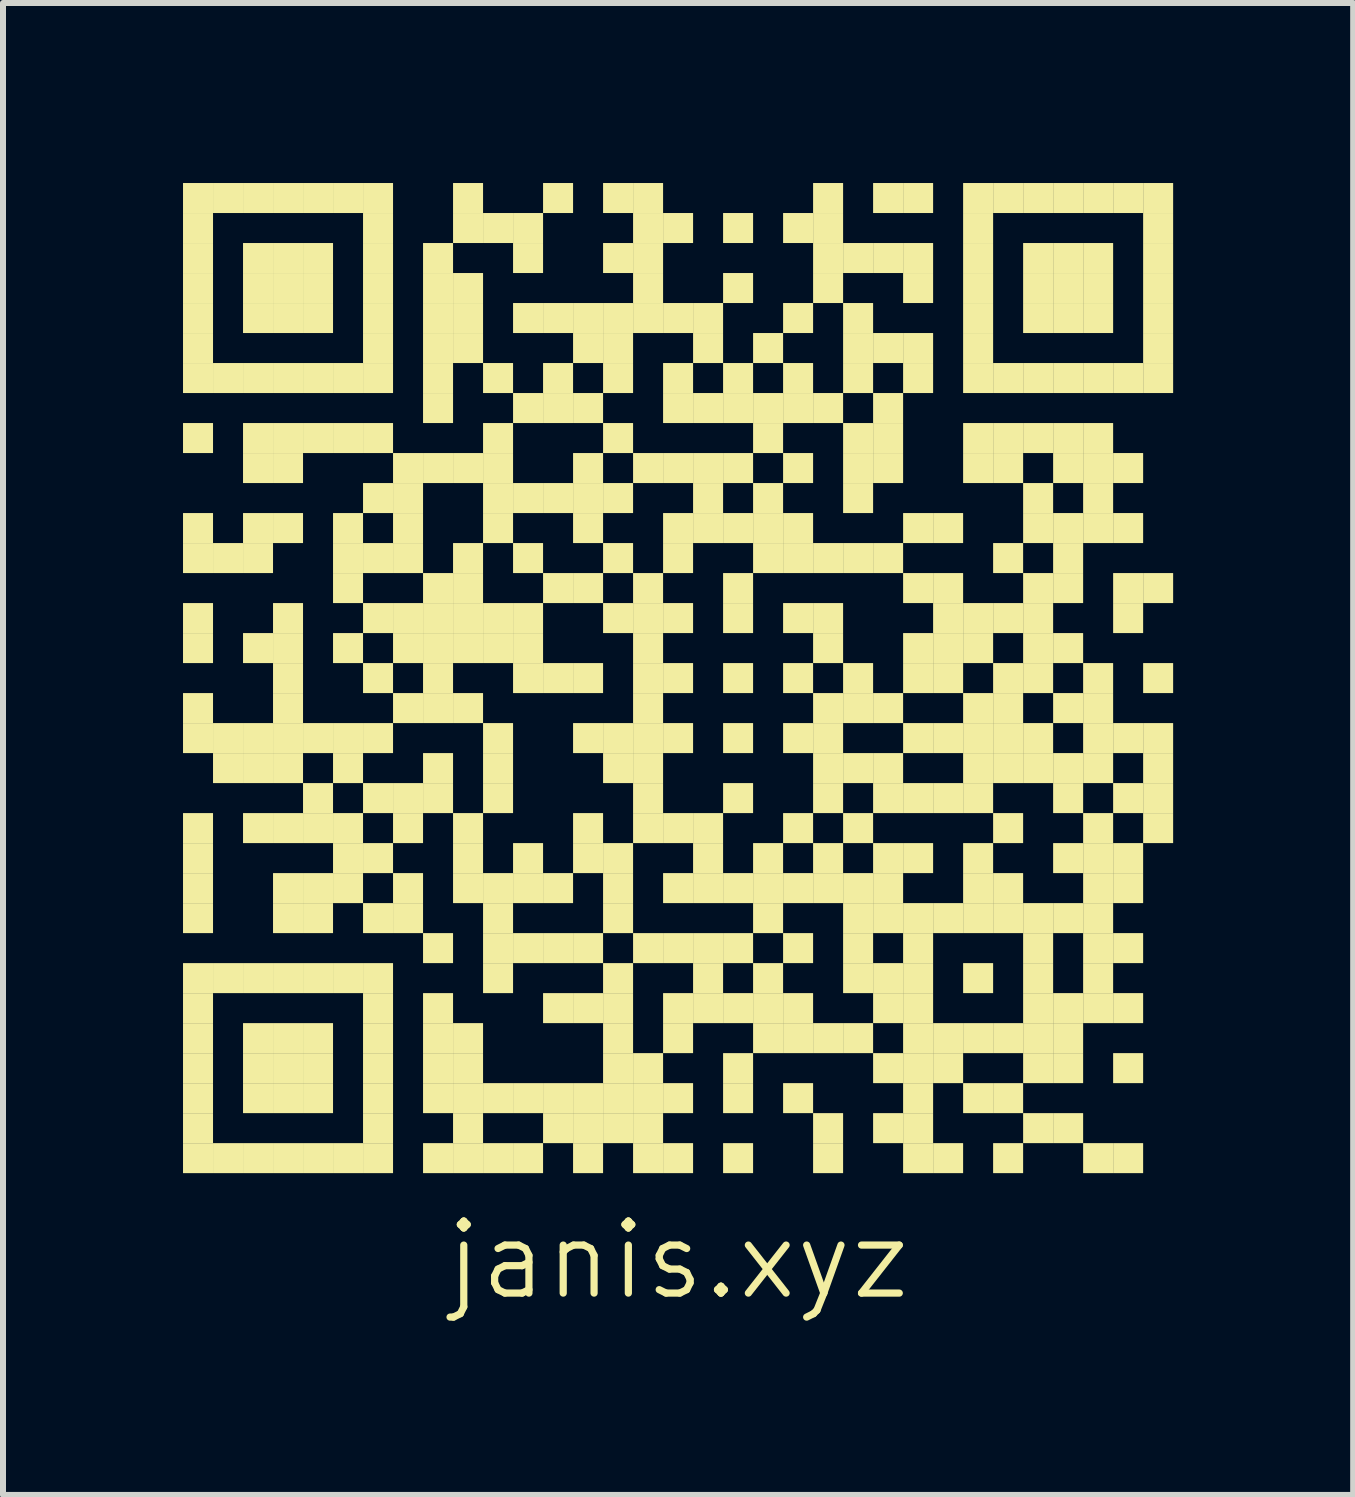
<source format=kicad_pcb>
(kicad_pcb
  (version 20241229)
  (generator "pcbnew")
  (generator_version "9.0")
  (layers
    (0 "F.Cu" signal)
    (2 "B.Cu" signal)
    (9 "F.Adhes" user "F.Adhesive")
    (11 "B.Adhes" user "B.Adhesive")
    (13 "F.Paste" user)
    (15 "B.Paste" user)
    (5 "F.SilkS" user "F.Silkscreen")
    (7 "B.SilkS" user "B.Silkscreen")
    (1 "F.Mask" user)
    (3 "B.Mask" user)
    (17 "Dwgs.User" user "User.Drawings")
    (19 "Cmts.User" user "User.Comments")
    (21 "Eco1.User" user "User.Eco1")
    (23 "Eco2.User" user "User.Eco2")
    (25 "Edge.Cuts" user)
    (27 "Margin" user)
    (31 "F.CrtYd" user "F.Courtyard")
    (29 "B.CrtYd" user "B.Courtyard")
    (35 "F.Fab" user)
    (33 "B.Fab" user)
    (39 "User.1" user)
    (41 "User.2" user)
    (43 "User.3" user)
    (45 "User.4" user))
  (footprint "janis.xyz"
    (layer "F.Cu")
    (at 8.25 8.25)
    (property "Reference" "janis.xyz" (at 0 9.7 0) (layer "F.SilkS") (effects (font (size 1.2 1.2) (thickness 0.12))))
    (attr through_hole)
    (fp_poly (pts (xy -7.75 -7.75) (xy -7.75 -8.25) (xy -8.25 -8.25) (xy -8.25 -7.75)) (stroke (width 0) (type solid)) (fill yes) (layer "F.SilkS"))
    (fp_poly (pts (xy -7.75 -7.25) (xy -7.75 -7.75) (xy -8.25 -7.75) (xy -8.25 -7.25)) (stroke (width 0) (type solid)) (fill yes) (layer "F.SilkS"))
    (fp_poly (pts (xy -7.75 -6.75) (xy -7.75 -7.25) (xy -8.25 -7.25) (xy -8.25 -6.75)) (stroke (width 0) (type solid)) (fill yes) (layer "F.SilkS"))
    (fp_poly (pts (xy -7.75 -6.25) (xy -7.75 -6.75) (xy -8.25 -6.75) (xy -8.25 -6.25)) (stroke (width 0) (type solid)) (fill yes) (layer "F.SilkS"))
    (fp_poly (pts (xy -7.75 -5.75) (xy -7.75 -6.25) (xy -8.25 -6.25) (xy -8.25 -5.75)) (stroke (width 0) (type solid)) (fill yes) (layer "F.SilkS"))
    (fp_poly (pts (xy -7.75 -5.25) (xy -7.75 -5.75) (xy -8.25 -5.75) (xy -8.25 -5.25)) (stroke (width 0) (type solid)) (fill yes) (layer "F.SilkS"))
    (fp_poly (pts (xy -7.75 -4.75) (xy -7.75 -5.25) (xy -8.25 -5.25) (xy -8.25 -4.75)) (stroke (width 0) (type solid)) (fill yes) (layer "F.SilkS"))
    (fp_poly (pts (xy -7.75 -3.75) (xy -7.75 -4.25) (xy -8.25 -4.25) (xy -8.25 -3.75)) (stroke (width 0) (type solid)) (fill yes) (layer "F.SilkS"))
    (fp_poly (pts (xy -7.75 -2.25) (xy -7.75 -2.75) (xy -8.25 -2.75) (xy -8.25 -2.25)) (stroke (width 0) (type solid)) (fill yes) (layer "F.SilkS"))
    (fp_poly (pts (xy -7.75 -1.75) (xy -7.75 -2.25) (xy -8.25 -2.25) (xy -8.25 -1.75)) (stroke (width 0) (type solid)) (fill yes) (layer "F.SilkS"))
    (fp_poly (pts (xy -7.75 -0.75) (xy -7.75 -1.25) (xy -8.25 -1.25) (xy -8.25 -0.75)) (stroke (width 0) (type solid)) (fill yes) (layer "F.SilkS"))
    (fp_poly (pts (xy -7.75 -0.25) (xy -7.75 -0.75) (xy -8.25 -0.75) (xy -8.25 -0.25)) (stroke (width 0) (type solid)) (fill yes) (layer "F.SilkS"))
    (fp_poly (pts (xy -7.75 0.75) (xy -7.75 0.25) (xy -8.25 0.25) (xy -8.25 0.75)) (stroke (width 0) (type solid)) (fill yes) (layer "F.SilkS"))
    (fp_poly (pts (xy -7.75 1.25) (xy -7.75 0.75) (xy -8.25 0.75) (xy -8.25 1.25)) (stroke (width 0) (type solid)) (fill yes) (layer "F.SilkS"))
    (fp_poly (pts (xy -7.75 2.75) (xy -7.75 2.25) (xy -8.25 2.25) (xy -8.25 2.75)) (stroke (width 0) (type solid)) (fill yes) (layer "F.SilkS"))
    (fp_poly (pts (xy -7.75 3.25) (xy -7.75 2.75) (xy -8.25 2.75) (xy -8.25 3.25)) (stroke (width 0) (type solid)) (fill yes) (layer "F.SilkS"))
    (fp_poly (pts (xy -7.75 3.75) (xy -7.75 3.25) (xy -8.25 3.25) (xy -8.25 3.75)) (stroke (width 0) (type solid)) (fill yes) (layer "F.SilkS"))
    (fp_poly (pts (xy -7.75 4.25) (xy -7.75 3.75) (xy -8.25 3.75) (xy -8.25 4.25)) (stroke (width 0) (type solid)) (fill yes) (layer "F.SilkS"))
    (fp_poly (pts (xy -7.75 5.25) (xy -7.75 4.75) (xy -8.25 4.75) (xy -8.25 5.25)) (stroke (width 0) (type solid)) (fill yes) (layer "F.SilkS"))
    (fp_poly (pts (xy -7.75 5.75) (xy -7.75 5.25) (xy -8.25 5.25) (xy -8.25 5.75)) (stroke (width 0) (type solid)) (fill yes) (layer "F.SilkS"))
    (fp_poly (pts (xy -7.75 6.25) (xy -7.75 5.75) (xy -8.25 5.75) (xy -8.25 6.25)) (stroke (width 0) (type solid)) (fill yes) (layer "F.SilkS"))
    (fp_poly (pts (xy -7.75 6.75) (xy -7.75 6.25) (xy -8.25 6.25) (xy -8.25 6.75)) (stroke (width 0) (type solid)) (fill yes) (layer "F.SilkS"))
    (fp_poly (pts (xy -7.75 7.25) (xy -7.75 6.75) (xy -8.25 6.75) (xy -8.25 7.25)) (stroke (width 0) (type solid)) (fill yes) (layer "F.SilkS"))
    (fp_poly (pts (xy -7.75 7.75) (xy -7.75 7.25) (xy -8.25 7.25) (xy -8.25 7.75)) (stroke (width 0) (type solid)) (fill yes) (layer "F.SilkS"))
    (fp_poly (pts (xy -7.75 8.25) (xy -7.75 7.75) (xy -8.25 7.75) (xy -8.25 8.25)) (stroke (width 0) (type solid)) (fill yes) (layer "F.SilkS"))
    (fp_poly (pts (xy -7.25 -7.75) (xy -7.25 -8.25) (xy -7.75 -8.25) (xy -7.75 -7.75)) (stroke (width 0) (type solid)) (fill yes) (layer "F.SilkS"))
    (fp_poly (pts (xy -7.25 -4.75) (xy -7.25 -5.25) (xy -7.75 -5.25) (xy -7.75 -4.75)) (stroke (width 0) (type solid)) (fill yes) (layer "F.SilkS"))
    (fp_poly (pts (xy -7.25 -1.75) (xy -7.25 -2.25) (xy -7.75 -2.25) (xy -7.75 -1.75)) (stroke (width 0) (type solid)) (fill yes) (layer "F.SilkS"))
    (fp_poly (pts (xy -7.25 1.25) (xy -7.25 0.75) (xy -7.75 0.75) (xy -7.75 1.25)) (stroke (width 0) (type solid)) (fill yes) (layer "F.SilkS"))
    (fp_poly (pts (xy -7.25 1.75) (xy -7.25 1.25) (xy -7.75 1.25) (xy -7.75 1.75)) (stroke (width 0) (type solid)) (fill yes) (layer "F.SilkS"))
    (fp_poly (pts (xy -7.25 5.25) (xy -7.25 4.75) (xy -7.75 4.75) (xy -7.75 5.25)) (stroke (width 0) (type solid)) (fill yes) (layer "F.SilkS"))
    (fp_poly (pts (xy -7.25 8.25) (xy -7.25 7.75) (xy -7.75 7.75) (xy -7.75 8.25)) (stroke (width 0) (type solid)) (fill yes) (layer "F.SilkS"))
    (fp_poly (pts (xy -6.75 -7.75) (xy -6.75 -8.25) (xy -7.25 -8.25) (xy -7.25 -7.75)) (stroke (width 0) (type solid)) (fill yes) (layer "F.SilkS"))
    (fp_poly (pts (xy -6.75 -6.75) (xy -6.75 -7.25) (xy -7.25 -7.25) (xy -7.25 -6.75)) (stroke (width 0) (type solid)) (fill yes) (layer "F.SilkS"))
    (fp_poly (pts (xy -6.75 -6.25) (xy -6.75 -6.75) (xy -7.25 -6.75) (xy -7.25 -6.25)) (stroke (width 0) (type solid)) (fill yes) (layer "F.SilkS"))
    (fp_poly (pts (xy -6.75 -5.75) (xy -6.75 -6.25) (xy -7.25 -6.25) (xy -7.25 -5.75)) (stroke (width 0) (type solid)) (fill yes) (layer "F.SilkS"))
    (fp_poly (pts (xy -6.75 -4.75) (xy -6.75 -5.25) (xy -7.25 -5.25) (xy -7.25 -4.75)) (stroke (width 0) (type solid)) (fill yes) (layer "F.SilkS"))
    (fp_poly (pts (xy -6.75 -3.75) (xy -6.75 -4.25) (xy -7.25 -4.25) (xy -7.25 -3.75)) (stroke (width 0) (type solid)) (fill yes) (layer "F.SilkS"))
    (fp_poly (pts (xy -6.75 -3.25) (xy -6.75 -3.75) (xy -7.25 -3.75) (xy -7.25 -3.25)) (stroke (width 0) (type solid)) (fill yes) (layer "F.SilkS"))
    (fp_poly (pts (xy -6.75 -2.25) (xy -6.75 -2.75) (xy -7.25 -2.75) (xy -7.25 -2.25)) (stroke (width 0) (type solid)) (fill yes) (layer "F.SilkS"))
    (fp_poly (pts (xy -6.75 -1.75) (xy -6.75 -2.25) (xy -7.25 -2.25) (xy -7.25 -1.75)) (stroke (width 0) (type solid)) (fill yes) (layer "F.SilkS"))
    (fp_poly (pts (xy -6.75 -0.25) (xy -6.75 -0.75) (xy -7.25 -0.75) (xy -7.25 -0.25)) (stroke (width 0) (type solid)) (fill yes) (layer "F.SilkS"))
    (fp_poly (pts (xy -6.75 1.25) (xy -6.75 0.75) (xy -7.25 0.75) (xy -7.25 1.25)) (stroke (width 0) (type solid)) (fill yes) (layer "F.SilkS"))
    (fp_poly (pts (xy -6.75 1.75) (xy -6.75 1.25) (xy -7.25 1.25) (xy -7.25 1.75)) (stroke (width 0) (type solid)) (fill yes) (layer "F.SilkS"))
    (fp_poly (pts (xy -6.75 2.75) (xy -6.75 2.25) (xy -7.25 2.25) (xy -7.25 2.75)) (stroke (width 0) (type solid)) (fill yes) (layer "F.SilkS"))
    (fp_poly (pts (xy -6.75 5.25) (xy -6.75 4.75) (xy -7.25 4.75) (xy -7.25 5.25)) (stroke (width 0) (type solid)) (fill yes) (layer "F.SilkS"))
    (fp_poly (pts (xy -6.75 6.25) (xy -6.75 5.75) (xy -7.25 5.75) (xy -7.25 6.25)) (stroke (width 0) (type solid)) (fill yes) (layer "F.SilkS"))
    (fp_poly (pts (xy -6.75 6.75) (xy -6.75 6.25) (xy -7.25 6.25) (xy -7.25 6.75)) (stroke (width 0) (type solid)) (fill yes) (layer "F.SilkS"))
    (fp_poly (pts (xy -6.75 7.25) (xy -6.75 6.75) (xy -7.25 6.75) (xy -7.25 7.25)) (stroke (width 0) (type solid)) (fill yes) (layer "F.SilkS"))
    (fp_poly (pts (xy -6.75 8.25) (xy -6.75 7.75) (xy -7.25 7.75) (xy -7.25 8.25)) (stroke (width 0) (type solid)) (fill yes) (layer "F.SilkS"))
    (fp_poly (pts (xy -6.25 -7.75) (xy -6.25 -8.25) (xy -6.75 -8.25) (xy -6.75 -7.75)) (stroke (width 0) (type solid)) (fill yes) (layer "F.SilkS"))
    (fp_poly (pts (xy -6.25 -6.75) (xy -6.25 -7.25) (xy -6.75 -7.25) (xy -6.75 -6.75)) (stroke (width 0) (type solid)) (fill yes) (layer "F.SilkS"))
    (fp_poly (pts (xy -6.25 -6.25) (xy -6.25 -6.75) (xy -6.75 -6.75) (xy -6.75 -6.25)) (stroke (width 0) (type solid)) (fill yes) (layer "F.SilkS"))
    (fp_poly (pts (xy -6.25 -5.75) (xy -6.25 -6.25) (xy -6.75 -6.25) (xy -6.75 -5.75)) (stroke (width 0) (type solid)) (fill yes) (layer "F.SilkS"))
    (fp_poly (pts (xy -6.25 -4.75) (xy -6.25 -5.25) (xy -6.75 -5.25) (xy -6.75 -4.75)) (stroke (width 0) (type solid)) (fill yes) (layer "F.SilkS"))
    (fp_poly (pts (xy -6.25 -3.75) (xy -6.25 -4.25) (xy -6.75 -4.25) (xy -6.75 -3.75)) (stroke (width 0) (type solid)) (fill yes) (layer "F.SilkS"))
    (fp_poly (pts (xy -6.25 -3.25) (xy -6.25 -3.75) (xy -6.75 -3.75) (xy -6.75 -3.25)) (stroke (width 0) (type solid)) (fill yes) (layer "F.SilkS"))
    (fp_poly (pts (xy -6.25 -2.25) (xy -6.25 -2.75) (xy -6.75 -2.75) (xy -6.75 -2.25)) (stroke (width 0) (type solid)) (fill yes) (layer "F.SilkS"))
    (fp_poly (pts (xy -6.25 -0.75) (xy -6.25 -1.25) (xy -6.75 -1.25) (xy -6.75 -0.75)) (stroke (width 0) (type solid)) (fill yes) (layer "F.SilkS"))
    (fp_poly (pts (xy -6.25 -0.25) (xy -6.25 -0.75) (xy -6.75 -0.75) (xy -6.75 -0.25)) (stroke (width 0) (type solid)) (fill yes) (layer "F.SilkS"))
    (fp_poly (pts (xy -6.25 0.25) (xy -6.25 -0.25) (xy -6.75 -0.25) (xy -6.75 0.25)) (stroke (width 0) (type solid)) (fill yes) (layer "F.SilkS"))
    (fp_poly (pts (xy -6.25 0.75) (xy -6.25 0.25) (xy -6.75 0.25) (xy -6.75 0.75)) (stroke (width 0) (type solid)) (fill yes) (layer "F.SilkS"))
    (fp_poly (pts (xy -6.25 1.25) (xy -6.25 0.75) (xy -6.75 0.75) (xy -6.75 1.25)) (stroke (width 0) (type solid)) (fill yes) (layer "F.SilkS"))
    (fp_poly (pts (xy -6.25 1.75) (xy -6.25 1.25) (xy -6.75 1.25) (xy -6.75 1.75)) (stroke (width 0) (type solid)) (fill yes) (layer "F.SilkS"))
    (fp_poly (pts (xy -6.25 2.75) (xy -6.25 2.25) (xy -6.75 2.25) (xy -6.75 2.75)) (stroke (width 0) (type solid)) (fill yes) (layer "F.SilkS"))
    (fp_poly (pts (xy -6.25 3.75) (xy -6.25 3.25) (xy -6.75 3.25) (xy -6.75 3.75)) (stroke (width 0) (type solid)) (fill yes) (layer "F.SilkS"))
    (fp_poly (pts (xy -6.25 4.25) (xy -6.25 3.75) (xy -6.75 3.75) (xy -6.75 4.25)) (stroke (width 0) (type solid)) (fill yes) (layer "F.SilkS"))
    (fp_poly (pts (xy -6.25 5.25) (xy -6.25 4.75) (xy -6.75 4.75) (xy -6.75 5.25)) (stroke (width 0) (type solid)) (fill yes) (layer "F.SilkS"))
    (fp_poly (pts (xy -6.25 6.25) (xy -6.25 5.75) (xy -6.75 5.75) (xy -6.75 6.25)) (stroke (width 0) (type solid)) (fill yes) (layer "F.SilkS"))
    (fp_poly (pts (xy -6.25 6.75) (xy -6.25 6.25) (xy -6.75 6.25) (xy -6.75 6.75)) (stroke (width 0) (type solid)) (fill yes) (layer "F.SilkS"))
    (fp_poly (pts (xy -6.25 7.25) (xy -6.25 6.75) (xy -6.75 6.75) (xy -6.75 7.25)) (stroke (width 0) (type solid)) (fill yes) (layer "F.SilkS"))
    (fp_poly (pts (xy -6.25 8.25) (xy -6.25 7.75) (xy -6.75 7.75) (xy -6.75 8.25)) (stroke (width 0) (type solid)) (fill yes) (layer "F.SilkS"))
    (fp_poly (pts (xy -5.75 -7.75) (xy -5.75 -8.25) (xy -6.25 -8.25) (xy -6.25 -7.75)) (stroke (width 0) (type solid)) (fill yes) (layer "F.SilkS"))
    (fp_poly (pts (xy -5.75 -6.75) (xy -5.75 -7.25) (xy -6.25 -7.25) (xy -6.25 -6.75)) (stroke (width 0) (type solid)) (fill yes) (layer "F.SilkS"))
    (fp_poly (pts (xy -5.75 -6.25) (xy -5.75 -6.75) (xy -6.25 -6.75) (xy -6.25 -6.25)) (stroke (width 0) (type solid)) (fill yes) (layer "F.SilkS"))
    (fp_poly (pts (xy -5.75 -5.75) (xy -5.75 -6.25) (xy -6.25 -6.25) (xy -6.25 -5.75)) (stroke (width 0) (type solid)) (fill yes) (layer "F.SilkS"))
    (fp_poly (pts (xy -5.75 -4.75) (xy -5.75 -5.25) (xy -6.25 -5.25) (xy -6.25 -4.75)) (stroke (width 0) (type solid)) (fill yes) (layer "F.SilkS"))
    (fp_poly (pts (xy -5.75 -3.75) (xy -5.75 -4.25) (xy -6.25 -4.25) (xy -6.25 -3.75)) (stroke (width 0) (type solid)) (fill yes) (layer "F.SilkS"))
    (fp_poly (pts (xy -5.75 1.25) (xy -5.75 0.75) (xy -6.25 0.75) (xy -6.25 1.25)) (stroke (width 0) (type solid)) (fill yes) (layer "F.SilkS"))
    (fp_poly (pts (xy -5.75 2.25) (xy -5.75 1.75) (xy -6.25 1.75) (xy -6.25 2.25)) (stroke (width 0) (type solid)) (fill yes) (layer "F.SilkS"))
    (fp_poly (pts (xy -5.75 2.75) (xy -5.75 2.25) (xy -6.25 2.25) (xy -6.25 2.75)) (stroke (width 0) (type solid)) (fill yes) (layer "F.SilkS"))
    (fp_poly (pts (xy -5.75 3.75) (xy -5.75 3.25) (xy -6.25 3.25) (xy -6.25 3.75)) (stroke (width 0) (type solid)) (fill yes) (layer "F.SilkS"))
    (fp_poly (pts (xy -5.75 4.25) (xy -5.75 3.75) (xy -6.25 3.75) (xy -6.25 4.25)) (stroke (width 0) (type solid)) (fill yes) (layer "F.SilkS"))
    (fp_poly (pts (xy -5.75 5.25) (xy -5.75 4.75) (xy -6.25 4.75) (xy -6.25 5.25)) (stroke (width 0) (type solid)) (fill yes) (layer "F.SilkS"))
    (fp_poly (pts (xy -5.75 6.25) (xy -5.75 5.75) (xy -6.25 5.75) (xy -6.25 6.25)) (stroke (width 0) (type solid)) (fill yes) (layer "F.SilkS"))
    (fp_poly (pts (xy -5.75 6.75) (xy -5.75 6.25) (xy -6.25 6.25) (xy -6.25 6.75)) (stroke (width 0) (type solid)) (fill yes) (layer "F.SilkS"))
    (fp_poly (pts (xy -5.75 7.25) (xy -5.75 6.75) (xy -6.25 6.75) (xy -6.25 7.25)) (stroke (width 0) (type solid)) (fill yes) (layer "F.SilkS"))
    (fp_poly (pts (xy -5.75 8.25) (xy -5.75 7.75) (xy -6.25 7.75) (xy -6.25 8.25)) (stroke (width 0) (type solid)) (fill yes) (layer "F.SilkS"))
    (fp_poly (pts (xy -5.25 -7.75) (xy -5.25 -8.25) (xy -5.75 -8.25) (xy -5.75 -7.75)) (stroke (width 0) (type solid)) (fill yes) (layer "F.SilkS"))
    (fp_poly (pts (xy -5.25 -4.75) (xy -5.25 -5.25) (xy -5.75 -5.25) (xy -5.75 -4.75)) (stroke (width 0) (type solid)) (fill yes) (layer "F.SilkS"))
    (fp_poly (pts (xy -5.25 -3.75) (xy -5.25 -4.25) (xy -5.75 -4.25) (xy -5.75 -3.75)) (stroke (width 0) (type solid)) (fill yes) (layer "F.SilkS"))
    (fp_poly (pts (xy -5.25 -2.25) (xy -5.25 -2.75) (xy -5.75 -2.75) (xy -5.75 -2.25)) (stroke (width 0) (type solid)) (fill yes) (layer "F.SilkS"))
    (fp_poly (pts (xy -5.25 -1.75) (xy -5.25 -2.25) (xy -5.75 -2.25) (xy -5.75 -1.75)) (stroke (width 0) (type solid)) (fill yes) (layer "F.SilkS"))
    (fp_poly (pts (xy -5.25 -1.25) (xy -5.25 -1.75) (xy -5.75 -1.75) (xy -5.75 -1.25)) (stroke (width 0) (type solid)) (fill yes) (layer "F.SilkS"))
    (fp_poly (pts (xy -5.25 -0.25) (xy -5.25 -0.75) (xy -5.75 -0.75) (xy -5.75 -0.25)) (stroke (width 0) (type solid)) (fill yes) (layer "F.SilkS"))
    (fp_poly (pts (xy -5.25 1.25) (xy -5.25 0.75) (xy -5.75 0.75) (xy -5.75 1.25)) (stroke (width 0) (type solid)) (fill yes) (layer "F.SilkS"))
    (fp_poly (pts (xy -5.25 1.75) (xy -5.25 1.25) (xy -5.75 1.25) (xy -5.75 1.75)) (stroke (width 0) (type solid)) (fill yes) (layer "F.SilkS"))
    (fp_poly (pts (xy -5.25 2.75) (xy -5.25 2.25) (xy -5.75 2.25) (xy -5.75 2.75)) (stroke (width 0) (type solid)) (fill yes) (layer "F.SilkS"))
    (fp_poly (pts (xy -5.25 3.25) (xy -5.25 2.75) (xy -5.75 2.75) (xy -5.75 3.25)) (stroke (width 0) (type solid)) (fill yes) (layer "F.SilkS"))
    (fp_poly (pts (xy -5.25 3.75) (xy -5.25 3.25) (xy -5.75 3.25) (xy -5.75 3.75)) (stroke (width 0) (type solid)) (fill yes) (layer "F.SilkS"))
    (fp_poly (pts (xy -5.25 5.25) (xy -5.25 4.75) (xy -5.75 4.75) (xy -5.75 5.25)) (stroke (width 0) (type solid)) (fill yes) (layer "F.SilkS"))
    (fp_poly (pts (xy -5.25 8.25) (xy -5.25 7.75) (xy -5.75 7.75) (xy -5.75 8.25)) (stroke (width 0) (type solid)) (fill yes) (layer "F.SilkS"))
    (fp_poly (pts (xy -4.75 -7.75) (xy -4.75 -8.25) (xy -5.25 -8.25) (xy -5.25 -7.75)) (stroke (width 0) (type solid)) (fill yes) (layer "F.SilkS"))
    (fp_poly (pts (xy -4.75 -7.25) (xy -4.75 -7.75) (xy -5.25 -7.75) (xy -5.25 -7.25)) (stroke (width 0) (type solid)) (fill yes) (layer "F.SilkS"))
    (fp_poly (pts (xy -4.75 -6.75) (xy -4.75 -7.25) (xy -5.25 -7.25) (xy -5.25 -6.75)) (stroke (width 0) (type solid)) (fill yes) (layer "F.SilkS"))
    (fp_poly (pts (xy -4.75 -6.25) (xy -4.75 -6.75) (xy -5.25 -6.75) (xy -5.25 -6.25)) (stroke (width 0) (type solid)) (fill yes) (layer "F.SilkS"))
    (fp_poly (pts (xy -4.75 -5.75) (xy -4.75 -6.25) (xy -5.25 -6.25) (xy -5.25 -5.75)) (stroke (width 0) (type solid)) (fill yes) (layer "F.SilkS"))
    (fp_poly (pts (xy -4.75 -5.25) (xy -4.75 -5.75) (xy -5.25 -5.75) (xy -5.25 -5.25)) (stroke (width 0) (type solid)) (fill yes) (layer "F.SilkS"))
    (fp_poly (pts (xy -4.75 -4.75) (xy -4.75 -5.25) (xy -5.25 -5.25) (xy -5.25 -4.75)) (stroke (width 0) (type solid)) (fill yes) (layer "F.SilkS"))
    (fp_poly (pts (xy -4.75 -3.75) (xy -4.75 -4.25) (xy -5.25 -4.25) (xy -5.25 -3.75)) (stroke (width 0) (type solid)) (fill yes) (layer "F.SilkS"))
    (fp_poly (pts (xy -4.75 -2.75) (xy -4.75 -3.25) (xy -5.25 -3.25) (xy -5.25 -2.75)) (stroke (width 0) (type solid)) (fill yes) (layer "F.SilkS"))
    (fp_poly (pts (xy -4.75 -1.75) (xy -4.75 -2.25) (xy -5.25 -2.25) (xy -5.25 -1.75)) (stroke (width 0) (type solid)) (fill yes) (layer "F.SilkS"))
    (fp_poly (pts (xy -4.75 -0.75) (xy -4.75 -1.25) (xy -5.25 -1.25) (xy -5.25 -0.75)) (stroke (width 0) (type solid)) (fill yes) (layer "F.SilkS"))
    (fp_poly (pts (xy -4.75 0.25) (xy -4.75 -0.25) (xy -5.25 -0.25) (xy -5.25 0.25)) (stroke (width 0) (type solid)) (fill yes) (layer "F.SilkS"))
    (fp_poly (pts (xy -4.75 1.25) (xy -4.75 0.75) (xy -5.25 0.75) (xy -5.25 1.25)) (stroke (width 0) (type solid)) (fill yes) (layer "F.SilkS"))
    (fp_poly (pts (xy -4.75 2.25) (xy -4.75 1.75) (xy -5.25 1.75) (xy -5.25 2.25)) (stroke (width 0) (type solid)) (fill yes) (layer "F.SilkS"))
    (fp_poly (pts (xy -4.75 3.25) (xy -4.75 2.75) (xy -5.25 2.75) (xy -5.25 3.25)) (stroke (width 0) (type solid)) (fill yes) (layer "F.SilkS"))
    (fp_poly (pts (xy -4.75 4.25) (xy -4.75 3.75) (xy -5.25 3.75) (xy -5.25 4.25)) (stroke (width 0) (type solid)) (fill yes) (layer "F.SilkS"))
    (fp_poly (pts (xy -4.75 5.25) (xy -4.75 4.75) (xy -5.25 4.75) (xy -5.25 5.25)) (stroke (width 0) (type solid)) (fill yes) (layer "F.SilkS"))
    (fp_poly (pts (xy -4.75 5.75) (xy -4.75 5.25) (xy -5.25 5.25) (xy -5.25 5.75)) (stroke (width 0) (type solid)) (fill yes) (layer "F.SilkS"))
    (fp_poly (pts (xy -4.75 6.25) (xy -4.75 5.75) (xy -5.25 5.75) (xy -5.25 6.25)) (stroke (width 0) (type solid)) (fill yes) (layer "F.SilkS"))
    (fp_poly (pts (xy -4.75 6.75) (xy -4.75 6.25) (xy -5.25 6.25) (xy -5.25 6.75)) (stroke (width 0) (type solid)) (fill yes) (layer "F.SilkS"))
    (fp_poly (pts (xy -4.75 7.25) (xy -4.75 6.75) (xy -5.25 6.75) (xy -5.25 7.25)) (stroke (width 0) (type solid)) (fill yes) (layer "F.SilkS"))
    (fp_poly (pts (xy -4.75 7.75) (xy -4.75 7.25) (xy -5.25 7.25) (xy -5.25 7.75)) (stroke (width 0) (type solid)) (fill yes) (layer "F.SilkS"))
    (fp_poly (pts (xy -4.75 8.25) (xy -4.75 7.75) (xy -5.25 7.75) (xy -5.25 8.25)) (stroke (width 0) (type solid)) (fill yes) (layer "F.SilkS"))
    (fp_poly (pts (xy -4.25 -3.25) (xy -4.25 -3.75) (xy -4.75 -3.75) (xy -4.75 -3.25)) (stroke (width 0) (type solid)) (fill yes) (layer "F.SilkS"))
    (fp_poly (pts (xy -4.25 -2.75) (xy -4.25 -3.25) (xy -4.75 -3.25) (xy -4.75 -2.75)) (stroke (width 0) (type solid)) (fill yes) (layer "F.SilkS"))
    (fp_poly (pts (xy -4.25 -2.25) (xy -4.25 -2.75) (xy -4.75 -2.75) (xy -4.75 -2.25)) (stroke (width 0) (type solid)) (fill yes) (layer "F.SilkS"))
    (fp_poly (pts (xy -4.25 -1.75) (xy -4.25 -2.25) (xy -4.75 -2.25) (xy -4.75 -1.75)) (stroke (width 0) (type solid)) (fill yes) (layer "F.SilkS"))
    (fp_poly (pts (xy -4.25 -0.75) (xy -4.25 -1.25) (xy -4.75 -1.25) (xy -4.75 -0.75)) (stroke (width 0) (type solid)) (fill yes) (layer "F.SilkS"))
    (fp_poly (pts (xy -4.25 -0.25) (xy -4.25 -0.75) (xy -4.75 -0.75) (xy -4.75 -0.25)) (stroke (width 0) (type solid)) (fill yes) (layer "F.SilkS"))
    (fp_poly (pts (xy -4.25 0.75) (xy -4.25 0.25) (xy -4.75 0.25) (xy -4.75 0.75)) (stroke (width 0) (type solid)) (fill yes) (layer "F.SilkS"))
    (fp_poly (pts (xy -4.25 2.25) (xy -4.25 1.75) (xy -4.75 1.75) (xy -4.75 2.25)) (stroke (width 0) (type solid)) (fill yes) (layer "F.SilkS"))
    (fp_poly (pts (xy -4.25 2.75) (xy -4.25 2.25) (xy -4.75 2.25) (xy -4.75 2.75)) (stroke (width 0) (type solid)) (fill yes) (layer "F.SilkS"))
    (fp_poly (pts (xy -4.25 3.75) (xy -4.25 3.25) (xy -4.75 3.25) (xy -4.75 3.75)) (stroke (width 0) (type solid)) (fill yes) (layer "F.SilkS"))
    (fp_poly (pts (xy -4.25 4.25) (xy -4.25 3.75) (xy -4.75 3.75) (xy -4.75 4.25)) (stroke (width 0) (type solid)) (fill yes) (layer "F.SilkS"))
    (fp_poly (pts (xy -3.75 -6.75) (xy -3.75 -7.25) (xy -4.25 -7.25) (xy -4.25 -6.75)) (stroke (width 0) (type solid)) (fill yes) (layer "F.SilkS"))
    (fp_poly (pts (xy -3.75 -6.25) (xy -3.75 -6.75) (xy -4.25 -6.75) (xy -4.25 -6.25)) (stroke (width 0) (type solid)) (fill yes) (layer "F.SilkS"))
    (fp_poly (pts (xy -3.75 -5.75) (xy -3.75 -6.25) (xy -4.25 -6.25) (xy -4.25 -5.75)) (stroke (width 0) (type solid)) (fill yes) (layer "F.SilkS"))
    (fp_poly (pts (xy -3.75 -5.25) (xy -3.75 -5.75) (xy -4.25 -5.75) (xy -4.25 -5.25)) (stroke (width 0) (type solid)) (fill yes) (layer "F.SilkS"))
    (fp_poly (pts (xy -3.75 -4.75) (xy -3.75 -5.25) (xy -4.25 -5.25) (xy -4.25 -4.75)) (stroke (width 0) (type solid)) (fill yes) (layer "F.SilkS"))
    (fp_poly (pts (xy -3.75 -4.25) (xy -3.75 -4.75) (xy -4.25 -4.75) (xy -4.25 -4.25)) (stroke (width 0) (type solid)) (fill yes) (layer "F.SilkS"))
    (fp_poly (pts (xy -3.75 -3.25) (xy -3.75 -3.75) (xy -4.25 -3.75) (xy -4.25 -3.25)) (stroke (width 0) (type solid)) (fill yes) (layer "F.SilkS"))
    (fp_poly (pts (xy -3.75 -1.25) (xy -3.75 -1.75) (xy -4.25 -1.75) (xy -4.25 -1.25)) (stroke (width 0) (type solid)) (fill yes) (layer "F.SilkS"))
    (fp_poly (pts (xy -3.75 -0.75) (xy -3.75 -1.25) (xy -4.25 -1.25) (xy -4.25 -0.75)) (stroke (width 0) (type solid)) (fill yes) (layer "F.SilkS"))
    (fp_poly (pts (xy -3.75 -0.25) (xy -3.75 -0.75) (xy -4.25 -0.75) (xy -4.25 -0.25)) (stroke (width 0) (type solid)) (fill yes) (layer "F.SilkS"))
    (fp_poly (pts (xy -3.75 0.25) (xy -3.75 -0.25) (xy -4.25 -0.25) (xy -4.25 0.25)) (stroke (width 0) (type solid)) (fill yes) (layer "F.SilkS"))
    (fp_poly (pts (xy -3.75 0.75) (xy -3.75 0.25) (xy -4.25 0.25) (xy -4.25 0.75)) (stroke (width 0) (type solid)) (fill yes) (layer "F.SilkS"))
    (fp_poly (pts (xy -3.75 1.75) (xy -3.75 1.25) (xy -4.25 1.25) (xy -4.25 1.75)) (stroke (width 0) (type solid)) (fill yes) (layer "F.SilkS"))
    (fp_poly (pts (xy -3.75 2.25) (xy -3.75 1.75) (xy -4.25 1.75) (xy -4.25 2.25)) (stroke (width 0) (type solid)) (fill yes) (layer "F.SilkS"))
    (fp_poly (pts (xy -3.75 4.75) (xy -3.75 4.25) (xy -4.25 4.25) (xy -4.25 4.75)) (stroke (width 0) (type solid)) (fill yes) (layer "F.SilkS"))
    (fp_poly (pts (xy -3.75 5.75) (xy -3.75 5.25) (xy -4.25 5.25) (xy -4.25 5.75)) (stroke (width 0) (type solid)) (fill yes) (layer "F.SilkS"))
    (fp_poly (pts (xy -3.75 6.25) (xy -3.75 5.75) (xy -4.25 5.75) (xy -4.25 6.25)) (stroke (width 0) (type solid)) (fill yes) (layer "F.SilkS"))
    (fp_poly (pts (xy -3.75 6.75) (xy -3.75 6.25) (xy -4.25 6.25) (xy -4.25 6.75)) (stroke (width 0) (type solid)) (fill yes) (layer "F.SilkS"))
    (fp_poly (pts (xy -3.75 7.25) (xy -3.75 6.75) (xy -4.25 6.75) (xy -4.25 7.25)) (stroke (width 0) (type solid)) (fill yes) (layer "F.SilkS"))
    (fp_poly (pts (xy -3.75 8.25) (xy -3.75 7.75) (xy -4.25 7.75) (xy -4.25 8.25)) (stroke (width 0) (type solid)) (fill yes) (layer "F.SilkS"))
    (fp_poly (pts (xy -3.25 -7.75) (xy -3.25 -8.25) (xy -3.75 -8.25) (xy -3.75 -7.75)) (stroke (width 0) (type solid)) (fill yes) (layer "F.SilkS"))
    (fp_poly (pts (xy -3.25 -7.25) (xy -3.25 -7.75) (xy -3.75 -7.75) (xy -3.75 -7.25)) (stroke (width 0) (type solid)) (fill yes) (layer "F.SilkS"))
    (fp_poly (pts (xy -3.25 -6.25) (xy -3.25 -6.75) (xy -3.75 -6.75) (xy -3.75 -6.25)) (stroke (width 0) (type solid)) (fill yes) (layer "F.SilkS"))
    (fp_poly (pts (xy -3.25 -5.75) (xy -3.25 -6.25) (xy -3.75 -6.25) (xy -3.75 -5.75)) (stroke (width 0) (type solid)) (fill yes) (layer "F.SilkS"))
    (fp_poly (pts (xy -3.25 -5.25) (xy -3.25 -5.75) (xy -3.75 -5.75) (xy -3.75 -5.25)) (stroke (width 0) (type solid)) (fill yes) (layer "F.SilkS"))
    (fp_poly (pts (xy -3.25 -3.25) (xy -3.25 -3.75) (xy -3.75 -3.75) (xy -3.75 -3.25)) (stroke (width 0) (type solid)) (fill yes) (layer "F.SilkS"))
    (fp_poly (pts (xy -3.25 -1.75) (xy -3.25 -2.25) (xy -3.75 -2.25) (xy -3.75 -1.75)) (stroke (width 0) (type solid)) (fill yes) (layer "F.SilkS"))
    (fp_poly (pts (xy -3.25 -1.25) (xy -3.25 -1.75) (xy -3.75 -1.75) (xy -3.75 -1.25)) (stroke (width 0) (type solid)) (fill yes) (layer "F.SilkS"))
    (fp_poly (pts (xy -3.25 -0.75) (xy -3.25 -1.25) (xy -3.75 -1.25) (xy -3.75 -0.75)) (stroke (width 0) (type solid)) (fill yes) (layer "F.SilkS"))
    (fp_poly (pts (xy -3.25 -0.25) (xy -3.25 -0.75) (xy -3.75 -0.75) (xy -3.75 -0.25)) (stroke (width 0) (type solid)) (fill yes) (layer "F.SilkS"))
    (fp_poly (pts (xy -3.25 0.75) (xy -3.25 0.25) (xy -3.75 0.25) (xy -3.75 0.75)) (stroke (width 0) (type solid)) (fill yes) (layer "F.SilkS"))
    (fp_poly (pts (xy -3.25 2.75) (xy -3.25 2.25) (xy -3.75 2.25) (xy -3.75 2.75)) (stroke (width 0) (type solid)) (fill yes) (layer "F.SilkS"))
    (fp_poly (pts (xy -3.25 3.25) (xy -3.25 2.75) (xy -3.75 2.75) (xy -3.75 3.25)) (stroke (width 0) (type solid)) (fill yes) (layer "F.SilkS"))
    (fp_poly (pts (xy -3.25 3.75) (xy -3.25 3.25) (xy -3.75 3.25) (xy -3.75 3.75)) (stroke (width 0) (type solid)) (fill yes) (layer "F.SilkS"))
    (fp_poly (pts (xy -3.25 6.25) (xy -3.25 5.75) (xy -3.75 5.75) (xy -3.75 6.25)) (stroke (width 0) (type solid)) (fill yes) (layer "F.SilkS"))
    (fp_poly (pts (xy -3.25 6.75) (xy -3.25 6.25) (xy -3.75 6.25) (xy -3.75 6.75)) (stroke (width 0) (type solid)) (fill yes) (layer "F.SilkS"))
    (fp_poly (pts (xy -3.25 7.25) (xy -3.25 6.75) (xy -3.75 6.75) (xy -3.75 7.25)) (stroke (width 0) (type solid)) (fill yes) (layer "F.SilkS"))
    (fp_poly (pts (xy -3.25 7.75) (xy -3.25 7.25) (xy -3.75 7.25) (xy -3.75 7.75)) (stroke (width 0) (type solid)) (fill yes) (layer "F.SilkS"))
    (fp_poly (pts (xy -3.25 8.25) (xy -3.25 7.75) (xy -3.75 7.75) (xy -3.75 8.25)) (stroke (width 0) (type solid)) (fill yes) (layer "F.SilkS"))
    (fp_poly (pts (xy -2.75 -7.25) (xy -2.75 -7.75) (xy -3.25 -7.75) (xy -3.25 -7.25)) (stroke (width 0) (type solid)) (fill yes) (layer "F.SilkS"))
    (fp_poly (pts (xy -2.75 -4.75) (xy -2.75 -5.25) (xy -3.25 -5.25) (xy -3.25 -4.75)) (stroke (width 0) (type solid)) (fill yes) (layer "F.SilkS"))
    (fp_poly (pts (xy -2.75 -3.75) (xy -2.75 -4.25) (xy -3.25 -4.25) (xy -3.25 -3.75)) (stroke (width 0) (type solid)) (fill yes) (layer "F.SilkS"))
    (fp_poly (pts (xy -2.75 -3.25) (xy -2.75 -3.75) (xy -3.25 -3.75) (xy -3.25 -3.25)) (stroke (width 0) (type solid)) (fill yes) (layer "F.SilkS"))
    (fp_poly (pts (xy -2.75 -2.75) (xy -2.75 -3.25) (xy -3.25 -3.25) (xy -3.25 -2.75)) (stroke (width 0) (type solid)) (fill yes) (layer "F.SilkS"))
    (fp_poly (pts (xy -2.75 -2.25) (xy -2.75 -2.75) (xy -3.25 -2.75) (xy -3.25 -2.25)) (stroke (width 0) (type solid)) (fill yes) (layer "F.SilkS"))
    (fp_poly (pts (xy -2.75 -0.75) (xy -2.75 -1.25) (xy -3.25 -1.25) (xy -3.25 -0.75)) (stroke (width 0) (type solid)) (fill yes) (layer "F.SilkS"))
    (fp_poly (pts (xy -2.75 -0.25) (xy -2.75 -0.75) (xy -3.25 -0.75) (xy -3.25 -0.25)) (stroke (width 0) (type solid)) (fill yes) (layer "F.SilkS"))
    (fp_poly (pts (xy -2.75 1.25) (xy -2.75 0.75) (xy -3.25 0.75) (xy -3.25 1.25)) (stroke (width 0) (type solid)) (fill yes) (layer "F.SilkS"))
    (fp_poly (pts (xy -2.75 1.75) (xy -2.75 1.25) (xy -3.25 1.25) (xy -3.25 1.75)) (stroke (width 0) (type solid)) (fill yes) (layer "F.SilkS"))
    (fp_poly (pts (xy -2.75 2.25) (xy -2.75 1.75) (xy -3.25 1.75) (xy -3.25 2.25)) (stroke (width 0) (type solid)) (fill yes) (layer "F.SilkS"))
    (fp_poly (pts (xy -2.75 3.75) (xy -2.75 3.25) (xy -3.25 3.25) (xy -3.25 3.75)) (stroke (width 0) (type solid)) (fill yes) (layer "F.SilkS"))
    (fp_poly (pts (xy -2.75 4.25) (xy -2.75 3.75) (xy -3.25 3.75) (xy -3.25 4.25)) (stroke (width 0) (type solid)) (fill yes) (layer "F.SilkS"))
    (fp_poly (pts (xy -2.75 4.75) (xy -2.75 4.25) (xy -3.25 4.25) (xy -3.25 4.75)) (stroke (width 0) (type solid)) (fill yes) (layer "F.SilkS"))
    (fp_poly (pts (xy -2.75 5.25) (xy -2.75 4.75) (xy -3.25 4.75) (xy -3.25 5.25)) (stroke (width 0) (type solid)) (fill yes) (layer "F.SilkS"))
    (fp_poly (pts (xy -2.75 7.25) (xy -2.75 6.75) (xy -3.25 6.75) (xy -3.25 7.25)) (stroke (width 0) (type solid)) (fill yes) (layer "F.SilkS"))
    (fp_poly (pts (xy -2.75 8.25) (xy -2.75 7.75) (xy -3.25 7.75) (xy -3.25 8.25)) (stroke (width 0) (type solid)) (fill yes) (layer "F.SilkS"))
    (fp_poly (pts (xy -2.25 -7.25) (xy -2.25 -7.75) (xy -2.75 -7.75) (xy -2.75 -7.25)) (stroke (width 0) (type solid)) (fill yes) (layer "F.SilkS"))
    (fp_poly (pts (xy -2.25 -6.75) (xy -2.25 -7.25) (xy -2.75 -7.25) (xy -2.75 -6.75)) (stroke (width 0) (type solid)) (fill yes) (layer "F.SilkS"))
    (fp_poly (pts (xy -2.25 -5.75) (xy -2.25 -6.25) (xy -2.75 -6.25) (xy -2.75 -5.75)) (stroke (width 0) (type solid)) (fill yes) (layer "F.SilkS"))
    (fp_poly (pts (xy -2.25 -4.25) (xy -2.25 -4.75) (xy -2.75 -4.75) (xy -2.75 -4.25)) (stroke (width 0) (type solid)) (fill yes) (layer "F.SilkS"))
    (fp_poly (pts (xy -2.25 -2.75) (xy -2.25 -3.25) (xy -2.75 -3.25) (xy -2.75 -2.75)) (stroke (width 0) (type solid)) (fill yes) (layer "F.SilkS"))
    (fp_poly (pts (xy -2.25 -1.75) (xy -2.25 -2.25) (xy -2.75 -2.25) (xy -2.75 -1.75)) (stroke (width 0) (type solid)) (fill yes) (layer "F.SilkS"))
    (fp_poly (pts (xy -2.25 -0.75) (xy -2.25 -1.25) (xy -2.75 -1.25) (xy -2.75 -0.75)) (stroke (width 0) (type solid)) (fill yes) (layer "F.SilkS"))
    (fp_poly (pts (xy -2.25 -0.25) (xy -2.25 -0.75) (xy -2.75 -0.75) (xy -2.75 -0.25)) (stroke (width 0) (type solid)) (fill yes) (layer "F.SilkS"))
    (fp_poly (pts (xy -2.25 0.25) (xy -2.25 -0.25) (xy -2.75 -0.25) (xy -2.75 0.25)) (stroke (width 0) (type solid)) (fill yes) (layer "F.SilkS"))
    (fp_poly (pts (xy -2.25 3.25) (xy -2.25 2.75) (xy -2.75 2.75) (xy -2.75 3.25)) (stroke (width 0) (type solid)) (fill yes) (layer "F.SilkS"))
    (fp_poly (pts (xy -2.25 3.75) (xy -2.25 3.25) (xy -2.75 3.25) (xy -2.75 3.75)) (stroke (width 0) (type solid)) (fill yes) (layer "F.SilkS"))
    (fp_poly (pts (xy -2.25 4.75) (xy -2.25 4.25) (xy -2.75 4.25) (xy -2.75 4.75)) (stroke (width 0) (type solid)) (fill yes) (layer "F.SilkS"))
    (fp_poly (pts (xy -2.25 7.25) (xy -2.25 6.75) (xy -2.75 6.75) (xy -2.75 7.25)) (stroke (width 0) (type solid)) (fill yes) (layer "F.SilkS"))
    (fp_poly (pts (xy -2.25 8.25) (xy -2.25 7.75) (xy -2.75 7.75) (xy -2.75 8.25)) (stroke (width 0) (type solid)) (fill yes) (layer "F.SilkS"))
    (fp_poly (pts (xy -1.75 -7.75) (xy -1.75 -8.25) (xy -2.25 -8.25) (xy -2.25 -7.75)) (stroke (width 0) (type solid)) (fill yes) (layer "F.SilkS"))
    (fp_poly (pts (xy -1.75 -5.75) (xy -1.75 -6.25) (xy -2.25 -6.25) (xy -2.25 -5.75)) (stroke (width 0) (type solid)) (fill yes) (layer "F.SilkS"))
    (fp_poly (pts (xy -1.75 -4.75) (xy -1.75 -5.25) (xy -2.25 -5.25) (xy -2.25 -4.75)) (stroke (width 0) (type solid)) (fill yes) (layer "F.SilkS"))
    (fp_poly (pts (xy -1.75 -4.25) (xy -1.75 -4.75) (xy -2.25 -4.75) (xy -2.25 -4.25)) (stroke (width 0) (type solid)) (fill yes) (layer "F.SilkS"))
    (fp_poly (pts (xy -1.75 -2.75) (xy -1.75 -3.25) (xy -2.25 -3.25) (xy -2.25 -2.75)) (stroke (width 0) (type solid)) (fill yes) (layer "F.SilkS"))
    (fp_poly (pts (xy -1.75 -1.25) (xy -1.75 -1.75) (xy -2.25 -1.75) (xy -2.25 -1.25)) (stroke (width 0) (type solid)) (fill yes) (layer "F.SilkS"))
    (fp_poly (pts (xy -1.75 0.25) (xy -1.75 -0.25) (xy -2.25 -0.25) (xy -2.25 0.25)) (stroke (width 0) (type solid)) (fill yes) (layer "F.SilkS"))
    (fp_poly (pts (xy -1.75 3.75) (xy -1.75 3.25) (xy -2.25 3.25) (xy -2.25 3.75)) (stroke (width 0) (type solid)) (fill yes) (layer "F.SilkS"))
    (fp_poly (pts (xy -1.75 4.75) (xy -1.75 4.25) (xy -2.25 4.25) (xy -2.25 4.75)) (stroke (width 0) (type solid)) (fill yes) (layer "F.SilkS"))
    (fp_poly (pts (xy -1.75 5.75) (xy -1.75 5.25) (xy -2.25 5.25) (xy -2.25 5.75)) (stroke (width 0) (type solid)) (fill yes) (layer "F.SilkS"))
    (fp_poly (pts (xy -1.75 7.25) (xy -1.75 6.75) (xy -2.25 6.75) (xy -2.25 7.25)) (stroke (width 0) (type solid)) (fill yes) (layer "F.SilkS"))
    (fp_poly (pts (xy -1.75 7.75) (xy -1.75 7.25) (xy -2.25 7.25) (xy -2.25 7.75)) (stroke (width 0) (type solid)) (fill yes) (layer "F.SilkS"))
    (fp_poly (pts (xy -1.25 -5.75) (xy -1.25 -6.25) (xy -1.75 -6.25) (xy -1.75 -5.75)) (stroke (width 0) (type solid)) (fill yes) (layer "F.SilkS"))
    (fp_poly (pts (xy -1.25 -5.25) (xy -1.25 -5.75) (xy -1.75 -5.75) (xy -1.75 -5.25)) (stroke (width 0) (type solid)) (fill yes) (layer "F.SilkS"))
    (fp_poly (pts (xy -1.25 -4.25) (xy -1.25 -4.75) (xy -1.75 -4.75) (xy -1.75 -4.25)) (stroke (width 0) (type solid)) (fill yes) (layer "F.SilkS"))
    (fp_poly (pts (xy -1.25 -3.25) (xy -1.25 -3.75) (xy -1.75 -3.75) (xy -1.75 -3.25)) (stroke (width 0) (type solid)) (fill yes) (layer "F.SilkS"))
    (fp_poly (pts (xy -1.25 -2.75) (xy -1.25 -3.25) (xy -1.75 -3.25) (xy -1.75 -2.75)) (stroke (width 0) (type solid)) (fill yes) (layer "F.SilkS"))
    (fp_poly (pts (xy -1.25 -2.25) (xy -1.25 -2.75) (xy -1.75 -2.75) (xy -1.75 -2.25)) (stroke (width 0) (type solid)) (fill yes) (layer "F.SilkS"))
    (fp_poly (pts (xy -1.25 -1.25) (xy -1.25 -1.75) (xy -1.75 -1.75) (xy -1.75 -1.25)) (stroke (width 0) (type solid)) (fill yes) (layer "F.SilkS"))
    (fp_poly (pts (xy -1.25 0.25) (xy -1.25 -0.25) (xy -1.75 -0.25) (xy -1.75 0.25)) (stroke (width 0) (type solid)) (fill yes) (layer "F.SilkS"))
    (fp_poly (pts (xy -1.25 1.25) (xy -1.25 0.75) (xy -1.75 0.75) (xy -1.75 1.25)) (stroke (width 0) (type solid)) (fill yes) (layer "F.SilkS"))
    (fp_poly (pts (xy -1.25 2.75) (xy -1.25 2.25) (xy -1.75 2.25) (xy -1.75 2.75)) (stroke (width 0) (type solid)) (fill yes) (layer "F.SilkS"))
    (fp_poly (pts (xy -1.25 3.25) (xy -1.25 2.75) (xy -1.75 2.75) (xy -1.75 3.25)) (stroke (width 0) (type solid)) (fill yes) (layer "F.SilkS"))
    (fp_poly (pts (xy -1.25 4.75) (xy -1.25 4.25) (xy -1.75 4.25) (xy -1.75 4.75)) (stroke (width 0) (type solid)) (fill yes) (layer "F.SilkS"))
    (fp_poly (pts (xy -1.25 5.75) (xy -1.25 5.25) (xy -1.75 5.25) (xy -1.75 5.75)) (stroke (width 0) (type solid)) (fill yes) (layer "F.SilkS"))
    (fp_poly (pts (xy -1.25 7.25) (xy -1.25 6.75) (xy -1.75 6.75) (xy -1.75 7.25)) (stroke (width 0) (type solid)) (fill yes) (layer "F.SilkS"))
    (fp_poly (pts (xy -1.25 7.75) (xy -1.25 7.25) (xy -1.75 7.25) (xy -1.75 7.75)) (stroke (width 0) (type solid)) (fill yes) (layer "F.SilkS"))
    (fp_poly (pts (xy -1.25 8.25) (xy -1.25 7.75) (xy -1.75 7.75) (xy -1.75 8.25)) (stroke (width 0) (type solid)) (fill yes) (layer "F.SilkS"))
    (fp_poly (pts (xy -0.75 -7.75) (xy -0.75 -8.25) (xy -1.25 -8.25) (xy -1.25 -7.75)) (stroke (width 0) (type solid)) (fill yes) (layer "F.SilkS"))
    (fp_poly (pts (xy -0.75 -6.75) (xy -0.75 -7.25) (xy -1.25 -7.25) (xy -1.25 -6.75)) (stroke (width 0) (type solid)) (fill yes) (layer "F.SilkS"))
    (fp_poly (pts (xy -0.75 -5.75) (xy -0.75 -6.25) (xy -1.25 -6.25) (xy -1.25 -5.75)) (stroke (width 0) (type solid)) (fill yes) (layer "F.SilkS"))
    (fp_poly (pts (xy -0.75 -5.25) (xy -0.75 -5.75) (xy -1.25 -5.75) (xy -1.25 -5.25)) (stroke (width 0) (type solid)) (fill yes) (layer "F.SilkS"))
    (fp_poly (pts (xy -0.75 -4.75) (xy -0.75 -5.25) (xy -1.25 -5.25) (xy -1.25 -4.75)) (stroke (width 0) (type solid)) (fill yes) (layer "F.SilkS"))
    (fp_poly (pts (xy -0.75 -3.75) (xy -0.75 -4.25) (xy -1.25 -4.25) (xy -1.25 -3.75)) (stroke (width 0) (type solid)) (fill yes) (layer "F.SilkS"))
    (fp_poly (pts (xy -0.75 -2.75) (xy -0.75 -3.25) (xy -1.25 -3.25) (xy -1.25 -2.75)) (stroke (width 0) (type solid)) (fill yes) (layer "F.SilkS"))
    (fp_poly (pts (xy -0.75 -1.75) (xy -0.75 -2.25) (xy -1.25 -2.25) (xy -1.25 -1.75)) (stroke (width 0) (type solid)) (fill yes) (layer "F.SilkS"))
    (fp_poly (pts (xy -0.75 -0.75) (xy -0.75 -1.25) (xy -1.25 -1.25) (xy -1.25 -0.75)) (stroke (width 0) (type solid)) (fill yes) (layer "F.SilkS"))
    (fp_poly (pts (xy -0.75 1.25) (xy -0.75 0.75) (xy -1.25 0.75) (xy -1.25 1.25)) (stroke (width 0) (type solid)) (fill yes) (layer "F.SilkS"))
    (fp_poly (pts (xy -0.75 1.75) (xy -0.75 1.25) (xy -1.25 1.25) (xy -1.25 1.75)) (stroke (width 0) (type solid)) (fill yes) (layer "F.SilkS"))
    (fp_poly (pts (xy -0.75 3.25) (xy -0.75 2.75) (xy -1.25 2.75) (xy -1.25 3.25)) (stroke (width 0) (type solid)) (fill yes) (layer "F.SilkS"))
    (fp_poly (pts (xy -0.75 3.75) (xy -0.75 3.25) (xy -1.25 3.25) (xy -1.25 3.75)) (stroke (width 0) (type solid)) (fill yes) (layer "F.SilkS"))
    (fp_poly (pts (xy -0.75 4.25) (xy -0.75 3.75) (xy -1.25 3.75) (xy -1.25 4.25)) (stroke (width 0) (type solid)) (fill yes) (layer "F.SilkS"))
    (fp_poly (pts (xy -0.75 5.25) (xy -0.75 4.75) (xy -1.25 4.75) (xy -1.25 5.25)) (stroke (width 0) (type solid)) (fill yes) (layer "F.SilkS"))
    (fp_poly (pts (xy -0.75 5.75) (xy -0.75 5.25) (xy -1.25 5.25) (xy -1.25 5.75)) (stroke (width 0) (type solid)) (fill yes) (layer "F.SilkS"))
    (fp_poly (pts (xy -0.75 6.25) (xy -0.75 5.75) (xy -1.25 5.75) (xy -1.25 6.25)) (stroke (width 0) (type solid)) (fill yes) (layer "F.SilkS"))
    (fp_poly (pts (xy -0.75 6.75) (xy -0.75 6.25) (xy -1.25 6.25) (xy -1.25 6.75)) (stroke (width 0) (type solid)) (fill yes) (layer "F.SilkS"))
    (fp_poly (pts (xy -0.75 7.25) (xy -0.75 6.75) (xy -1.25 6.75) (xy -1.25 7.25)) (stroke (width 0) (type solid)) (fill yes) (layer "F.SilkS"))
    (fp_poly (pts (xy -0.75 7.75) (xy -0.75 7.25) (xy -1.25 7.25) (xy -1.25 7.75)) (stroke (width 0) (type solid)) (fill yes) (layer "F.SilkS"))
    (fp_poly (pts (xy -0.25 -7.75) (xy -0.25 -8.25) (xy -0.75 -8.25) (xy -0.75 -7.75)) (stroke (width 0) (type solid)) (fill yes) (layer "F.SilkS"))
    (fp_poly (pts (xy -0.25 -7.25) (xy -0.25 -7.75) (xy -0.75 -7.75) (xy -0.75 -7.25)) (stroke (width 0) (type solid)) (fill yes) (layer "F.SilkS"))
    (fp_poly (pts (xy -0.25 -6.75) (xy -0.25 -7.25) (xy -0.75 -7.25) (xy -0.75 -6.75)) (stroke (width 0) (type solid)) (fill yes) (layer "F.SilkS"))
    (fp_poly (pts (xy -0.25 -6.25) (xy -0.25 -6.75) (xy -0.75 -6.75) (xy -0.75 -6.25)) (stroke (width 0) (type solid)) (fill yes) (layer "F.SilkS"))
    (fp_poly (pts (xy -0.25 -5.75) (xy -0.25 -6.25) (xy -0.75 -6.25) (xy -0.75 -5.75)) (stroke (width 0) (type solid)) (fill yes) (layer "F.SilkS"))
    (fp_poly (pts (xy -0.25 -3.25) (xy -0.25 -3.75) (xy -0.75 -3.75) (xy -0.75 -3.25)) (stroke (width 0) (type solid)) (fill yes) (layer "F.SilkS"))
    (fp_poly (pts (xy -0.25 -1.25) (xy -0.25 -1.75) (xy -0.75 -1.75) (xy -0.75 -1.25)) (stroke (width 0) (type solid)) (fill yes) (layer "F.SilkS"))
    (fp_poly (pts (xy -0.25 -0.75) (xy -0.25 -1.25) (xy -0.75 -1.25) (xy -0.75 -0.75)) (stroke (width 0) (type solid)) (fill yes) (layer "F.SilkS"))
    (fp_poly (pts (xy -0.25 -0.25) (xy -0.25 -0.75) (xy -0.75 -0.75) (xy -0.75 -0.25)) (stroke (width 0) (type solid)) (fill yes) (layer "F.SilkS"))
    (fp_poly (pts (xy -0.25 0.25) (xy -0.25 -0.25) (xy -0.75 -0.25) (xy -0.75 0.25)) (stroke (width 0) (type solid)) (fill yes) (layer "F.SilkS"))
    (fp_poly (pts (xy -0.25 0.75) (xy -0.25 0.25) (xy -0.75 0.25) (xy -0.75 0.75)) (stroke (width 0) (type solid)) (fill yes) (layer "F.SilkS"))
    (fp_poly (pts (xy -0.25 1.25) (xy -0.25 0.75) (xy -0.75 0.75) (xy -0.75 1.25)) (stroke (width 0) (type solid)) (fill yes) (layer "F.SilkS"))
    (fp_poly (pts (xy -0.25 1.75) (xy -0.25 1.25) (xy -0.75 1.25) (xy -0.75 1.75)) (stroke (width 0) (type solid)) (fill yes) (layer "F.SilkS"))
    (fp_poly (pts (xy -0.25 2.25) (xy -0.25 1.75) (xy -0.75 1.75) (xy -0.75 2.25)) (stroke (width 0) (type solid)) (fill yes) (layer "F.SilkS"))
    (fp_poly (pts (xy -0.25 2.75) (xy -0.25 2.25) (xy -0.75 2.25) (xy -0.75 2.75)) (stroke (width 0) (type solid)) (fill yes) (layer "F.SilkS"))
    (fp_poly (pts (xy -0.25 4.75) (xy -0.25 4.25) (xy -0.75 4.25) (xy -0.75 4.75)) (stroke (width 0) (type solid)) (fill yes) (layer "F.SilkS"))
    (fp_poly (pts (xy -0.25 6.75) (xy -0.25 6.25) (xy -0.75 6.25) (xy -0.75 6.75)) (stroke (width 0) (type solid)) (fill yes) (layer "F.SilkS"))
    (fp_poly (pts (xy -0.25 7.25) (xy -0.25 6.75) (xy -0.75 6.75) (xy -0.75 7.25)) (stroke (width 0) (type solid)) (fill yes) (layer "F.SilkS"))
    (fp_poly (pts (xy -0.25 7.75) (xy -0.25 7.25) (xy -0.75 7.25) (xy -0.75 7.75)) (stroke (width 0) (type solid)) (fill yes) (layer "F.SilkS"))
    (fp_poly (pts (xy -0.25 8.25) (xy -0.25 7.75) (xy -0.75 7.75) (xy -0.75 8.25)) (stroke (width 0) (type solid)) (fill yes) (layer "F.SilkS"))
    (fp_poly (pts (xy 0.25 -7.25) (xy 0.25 -7.75) (xy -0.25 -7.75) (xy -0.25 -7.25)) (stroke (width 0) (type solid)) (fill yes) (layer "F.SilkS"))
    (fp_poly (pts (xy 0.25 -5.75) (xy 0.25 -6.25) (xy -0.25 -6.25) (xy -0.25 -5.75)) (stroke (width 0) (type solid)) (fill yes) (layer "F.SilkS"))
    (fp_poly (pts (xy 0.25 -4.75) (xy 0.25 -5.25) (xy -0.25 -5.25) (xy -0.25 -4.75)) (stroke (width 0) (type solid)) (fill yes) (layer "F.SilkS"))
    (fp_poly (pts (xy 0.25 -4.25) (xy 0.25 -4.75) (xy -0.25 -4.75) (xy -0.25 -4.25)) (stroke (width 0) (type solid)) (fill yes) (layer "F.SilkS"))
    (fp_poly (pts (xy 0.25 -3.25) (xy 0.25 -3.75) (xy -0.25 -3.75) (xy -0.25 -3.25)) (stroke (width 0) (type solid)) (fill yes) (layer "F.SilkS"))
    (fp_poly (pts (xy 0.25 -2.25) (xy 0.25 -2.75) (xy -0.25 -2.75) (xy -0.25 -2.25)) (stroke (width 0) (type solid)) (fill yes) (layer "F.SilkS"))
    (fp_poly (pts (xy 0.25 -1.75) (xy 0.25 -2.25) (xy -0.25 -2.25) (xy -0.25 -1.75)) (stroke (width 0) (type solid)) (fill yes) (layer "F.SilkS"))
    (fp_poly (pts (xy 0.25 -0.75) (xy 0.25 -1.25) (xy -0.25 -1.25) (xy -0.25 -0.75)) (stroke (width 0) (type solid)) (fill yes) (layer "F.SilkS"))
    (fp_poly (pts (xy 0.25 0.25) (xy 0.25 -0.25) (xy -0.25 -0.25) (xy -0.25 0.25)) (stroke (width 0) (type solid)) (fill yes) (layer "F.SilkS"))
    (fp_poly (pts (xy 0.25 1.25) (xy 0.25 0.75) (xy -0.25 0.75) (xy -0.25 1.25)) (stroke (width 0) (type solid)) (fill yes) (layer "F.SilkS"))
    (fp_poly (pts (xy 0.25 2.75) (xy 0.25 2.25) (xy -0.25 2.25) (xy -0.25 2.75)) (stroke (width 0) (type solid)) (fill yes) (layer "F.SilkS"))
    (fp_poly (pts (xy 0.25 3.75) (xy 0.25 3.25) (xy -0.25 3.25) (xy -0.25 3.75)) (stroke (width 0) (type solid)) (fill yes) (layer "F.SilkS"))
    (fp_poly (pts (xy 0.25 4.75) (xy 0.25 4.25) (xy -0.25 4.25) (xy -0.25 4.75)) (stroke (width 0) (type solid)) (fill yes) (layer "F.SilkS"))
    (fp_poly (pts (xy 0.25 5.75) (xy 0.25 5.25) (xy -0.25 5.25) (xy -0.25 5.75)) (stroke (width 0) (type solid)) (fill yes) (layer "F.SilkS"))
    (fp_poly (pts (xy 0.25 6.25) (xy 0.25 5.75) (xy -0.25 5.75) (xy -0.25 6.25)) (stroke (width 0) (type solid)) (fill yes) (layer "F.SilkS"))
    (fp_poly (pts (xy 0.25 7.25) (xy 0.25 6.75) (xy -0.25 6.75) (xy -0.25 7.25)) (stroke (width 0) (type solid)) (fill yes) (layer "F.SilkS"))
    (fp_poly (pts (xy 0.25 8.25) (xy 0.25 7.75) (xy -0.25 7.75) (xy -0.25 8.25)) (stroke (width 0) (type solid)) (fill yes) (layer "F.SilkS"))
    (fp_poly (pts (xy 0.75 -5.75) (xy 0.75 -6.25) (xy 0.25 -6.25) (xy 0.25 -5.75)) (stroke (width 0) (type solid)) (fill yes) (layer "F.SilkS"))
    (fp_poly (pts (xy 0.75 -5.25) (xy 0.75 -5.75) (xy 0.25 -5.75) (xy 0.25 -5.25)) (stroke (width 0) (type solid)) (fill yes) (layer "F.SilkS"))
    (fp_poly (pts (xy 0.75 -4.25) (xy 0.75 -4.75) (xy 0.25 -4.75) (xy 0.25 -4.25)) (stroke (width 0) (type solid)) (fill yes) (layer "F.SilkS"))
    (fp_poly (pts (xy 0.75 -3.25) (xy 0.75 -3.75) (xy 0.25 -3.75) (xy 0.25 -3.25)) (stroke (width 0) (type solid)) (fill yes) (layer "F.SilkS"))
    (fp_poly (pts (xy 0.75 -2.75) (xy 0.75 -3.25) (xy 0.25 -3.25) (xy 0.25 -2.75)) (stroke (width 0) (type solid)) (fill yes) (layer "F.SilkS"))
    (fp_poly (pts (xy 0.75 -2.25) (xy 0.75 -2.75) (xy 0.25 -2.75) (xy 0.25 -2.25)) (stroke (width 0) (type solid)) (fill yes) (layer "F.SilkS"))
    (fp_poly (pts (xy 0.75 2.75) (xy 0.75 2.25) (xy 0.25 2.25) (xy 0.25 2.75)) (stroke (width 0) (type solid)) (fill yes) (layer "F.SilkS"))
    (fp_poly (pts (xy 0.75 3.25) (xy 0.75 2.75) (xy 0.25 2.75) (xy 0.25 3.25)) (stroke (width 0) (type solid)) (fill yes) (layer "F.SilkS"))
    (fp_poly (pts (xy 0.75 3.75) (xy 0.75 3.25) (xy 0.25 3.25) (xy 0.25 3.75)) (stroke (width 0) (type solid)) (fill yes) (layer "F.SilkS"))
    (fp_poly (pts (xy 0.75 4.75) (xy 0.75 4.25) (xy 0.25 4.25) (xy 0.25 4.75)) (stroke (width 0) (type solid)) (fill yes) (layer "F.SilkS"))
    (fp_poly (pts (xy 0.75 5.25) (xy 0.75 4.75) (xy 0.25 4.75) (xy 0.25 5.25)) (stroke (width 0) (type solid)) (fill yes) (layer "F.SilkS"))
    (fp_poly (pts (xy 0.75 5.75) (xy 0.75 5.25) (xy 0.25 5.25) (xy 0.25 5.75)) (stroke (width 0) (type solid)) (fill yes) (layer "F.SilkS"))
    (fp_poly (pts (xy 1.25 -7.25) (xy 1.25 -7.75) (xy 0.75 -7.75) (xy 0.75 -7.25)) (stroke (width 0) (type solid)) (fill yes) (layer "F.SilkS"))
    (fp_poly (pts (xy 1.25 -6.25) (xy 1.25 -6.75) (xy 0.75 -6.75) (xy 0.75 -6.25)) (stroke (width 0) (type solid)) (fill yes) (layer "F.SilkS"))
    (fp_poly (pts (xy 1.25 -4.75) (xy 1.25 -5.25) (xy 0.75 -5.25) (xy 0.75 -4.75)) (stroke (width 0) (type solid)) (fill yes) (layer "F.SilkS"))
    (fp_poly (pts (xy 1.25 -4.25) (xy 1.25 -4.75) (xy 0.75 -4.75) (xy 0.75 -4.25)) (stroke (width 0) (type solid)) (fill yes) (layer "F.SilkS"))
    (fp_poly (pts (xy 1.25 -3.25) (xy 1.25 -3.75) (xy 0.75 -3.75) (xy 0.75 -3.25)) (stroke (width 0) (type solid)) (fill yes) (layer "F.SilkS"))
    (fp_poly (pts (xy 1.25 -2.25) (xy 1.25 -2.75) (xy 0.75 -2.75) (xy 0.75 -2.25)) (stroke (width 0) (type solid)) (fill yes) (layer "F.SilkS"))
    (fp_poly (pts (xy 1.25 -1.25) (xy 1.25 -1.75) (xy 0.75 -1.75) (xy 0.75 -1.25)) (stroke (width 0) (type solid)) (fill yes) (layer "F.SilkS"))
    (fp_poly (pts (xy 1.25 -0.75) (xy 1.25 -1.25) (xy 0.75 -1.25) (xy 0.75 -0.75)) (stroke (width 0) (type solid)) (fill yes) (layer "F.SilkS"))
    (fp_poly (pts (xy 1.25 0.25) (xy 1.25 -0.25) (xy 0.75 -0.25) (xy 0.75 0.25)) (stroke (width 0) (type solid)) (fill yes) (layer "F.SilkS"))
    (fp_poly (pts (xy 1.25 1.25) (xy 1.25 0.75) (xy 0.75 0.75) (xy 0.75 1.25)) (stroke (width 0) (type solid)) (fill yes) (layer "F.SilkS"))
    (fp_poly (pts (xy 1.25 2.25) (xy 1.25 1.75) (xy 0.75 1.75) (xy 0.75 2.25)) (stroke (width 0) (type solid)) (fill yes) (layer "F.SilkS"))
    (fp_poly (pts (xy 1.25 3.75) (xy 1.25 3.25) (xy 0.75 3.25) (xy 0.75 3.75)) (stroke (width 0) (type solid)) (fill yes) (layer "F.SilkS"))
    (fp_poly (pts (xy 1.25 4.75) (xy 1.25 4.25) (xy 0.75 4.25) (xy 0.75 4.75)) (stroke (width 0) (type solid)) (fill yes) (layer "F.SilkS"))
    (fp_poly (pts (xy 1.25 5.75) (xy 1.25 5.25) (xy 0.75 5.25) (xy 0.75 5.75)) (stroke (width 0) (type solid)) (fill yes) (layer "F.SilkS"))
    (fp_poly (pts (xy 1.25 6.75) (xy 1.25 6.25) (xy 0.75 6.25) (xy 0.75 6.75)) (stroke (width 0) (type solid)) (fill yes) (layer "F.SilkS"))
    (fp_poly (pts (xy 1.25 7.25) (xy 1.25 6.75) (xy 0.75 6.75) (xy 0.75 7.25)) (stroke (width 0) (type solid)) (fill yes) (layer "F.SilkS"))
    (fp_poly (pts (xy 1.25 8.25) (xy 1.25 7.75) (xy 0.75 7.75) (xy 0.75 8.25)) (stroke (width 0) (type solid)) (fill yes) (layer "F.SilkS"))
    (fp_poly (pts (xy 1.75 -5.25) (xy 1.75 -5.75) (xy 1.25 -5.75) (xy 1.25 -5.25)) (stroke (width 0) (type solid)) (fill yes) (layer "F.SilkS"))
    (fp_poly (pts (xy 1.75 -4.25) (xy 1.75 -4.75) (xy 1.25 -4.75) (xy 1.25 -4.25)) (stroke (width 0) (type solid)) (fill yes) (layer "F.SilkS"))
    (fp_poly (pts (xy 1.75 -3.75) (xy 1.75 -4.25) (xy 1.25 -4.25) (xy 1.25 -3.75)) (stroke (width 0) (type solid)) (fill yes) (layer "F.SilkS"))
    (fp_poly (pts (xy 1.75 -2.75) (xy 1.75 -3.25) (xy 1.25 -3.25) (xy 1.25 -2.75)) (stroke (width 0) (type solid)) (fill yes) (layer "F.SilkS"))
    (fp_poly (pts (xy 1.75 -2.25) (xy 1.75 -2.75) (xy 1.25 -2.75) (xy 1.25 -2.25)) (stroke (width 0) (type solid)) (fill yes) (layer "F.SilkS"))
    (fp_poly (pts (xy 1.75 -1.75) (xy 1.75 -2.25) (xy 1.25 -2.25) (xy 1.25 -1.75)) (stroke (width 0) (type solid)) (fill yes) (layer "F.SilkS"))
    (fp_poly (pts (xy 1.75 3.25) (xy 1.75 2.75) (xy 1.25 2.75) (xy 1.25 3.25)) (stroke (width 0) (type solid)) (fill yes) (layer "F.SilkS"))
    (fp_poly (pts (xy 1.75 3.75) (xy 1.75 3.25) (xy 1.25 3.25) (xy 1.25 3.75)) (stroke (width 0) (type solid)) (fill yes) (layer "F.SilkS"))
    (fp_poly (pts (xy 1.75 4.25) (xy 1.75 3.75) (xy 1.25 3.75) (xy 1.25 4.25)) (stroke (width 0) (type solid)) (fill yes) (layer "F.SilkS"))
    (fp_poly (pts (xy 1.75 5.25) (xy 1.75 4.75) (xy 1.25 4.75) (xy 1.25 5.25)) (stroke (width 0) (type solid)) (fill yes) (layer "F.SilkS"))
    (fp_poly (pts (xy 1.75 5.75) (xy 1.75 5.25) (xy 1.25 5.25) (xy 1.25 5.75)) (stroke (width 0) (type solid)) (fill yes) (layer "F.SilkS"))
    (fp_poly (pts (xy 1.75 6.25) (xy 1.75 5.75) (xy 1.25 5.75) (xy 1.25 6.25)) (stroke (width 0) (type solid)) (fill yes) (layer "F.SilkS"))
    (fp_poly (pts (xy 2.25 -7.25) (xy 2.25 -7.75) (xy 1.75 -7.75) (xy 1.75 -7.25)) (stroke (width 0) (type solid)) (fill yes) (layer "F.SilkS"))
    (fp_poly (pts (xy 2.25 -5.75) (xy 2.25 -6.25) (xy 1.75 -6.25) (xy 1.75 -5.75)) (stroke (width 0) (type solid)) (fill yes) (layer "F.SilkS"))
    (fp_poly (pts (xy 2.25 -4.75) (xy 2.25 -5.25) (xy 1.75 -5.25) (xy 1.75 -4.75)) (stroke (width 0) (type solid)) (fill yes) (layer "F.SilkS"))
    (fp_poly (pts (xy 2.25 -4.25) (xy 2.25 -4.75) (xy 1.75 -4.75) (xy 1.75 -4.25)) (stroke (width 0) (type solid)) (fill yes) (layer "F.SilkS"))
    (fp_poly (pts (xy 2.25 -3.25) (xy 2.25 -3.75) (xy 1.75 -3.75) (xy 1.75 -3.25)) (stroke (width 0) (type solid)) (fill yes) (layer "F.SilkS"))
    (fp_poly (pts (xy 2.25 -2.25) (xy 2.25 -2.75) (xy 1.75 -2.75) (xy 1.75 -2.25)) (stroke (width 0) (type solid)) (fill yes) (layer "F.SilkS"))
    (fp_poly (pts (xy 2.25 -1.75) (xy 2.25 -2.25) (xy 1.75 -2.25) (xy 1.75 -1.75)) (stroke (width 0) (type solid)) (fill yes) (layer "F.SilkS"))
    (fp_poly (pts (xy 2.25 -0.75) (xy 2.25 -1.25) (xy 1.75 -1.25) (xy 1.75 -0.75)) (stroke (width 0) (type solid)) (fill yes) (layer "F.SilkS"))
    (fp_poly (pts (xy 2.25 0.25) (xy 2.25 -0.25) (xy 1.75 -0.25) (xy 1.75 0.25)) (stroke (width 0) (type solid)) (fill yes) (layer "F.SilkS"))
    (fp_poly (pts (xy 2.25 1.25) (xy 2.25 0.75) (xy 1.75 0.75) (xy 1.75 1.25)) (stroke (width 0) (type solid)) (fill yes) (layer "F.SilkS"))
    (fp_poly (pts (xy 2.25 2.75) (xy 2.25 2.25) (xy 1.75 2.25) (xy 1.75 2.75)) (stroke (width 0) (type solid)) (fill yes) (layer "F.SilkS"))
    (fp_poly (pts (xy 2.25 3.75) (xy 2.25 3.25) (xy 1.75 3.25) (xy 1.75 3.75)) (stroke (width 0) (type solid)) (fill yes) (layer "F.SilkS"))
    (fp_poly (pts (xy 2.25 4.75) (xy 2.25 4.25) (xy 1.75 4.25) (xy 1.75 4.75)) (stroke (width 0) (type solid)) (fill yes) (layer "F.SilkS"))
    (fp_poly (pts (xy 2.25 5.75) (xy 2.25 5.25) (xy 1.75 5.25) (xy 1.75 5.75)) (stroke (width 0) (type solid)) (fill yes) (layer "F.SilkS"))
    (fp_poly (pts (xy 2.25 6.25) (xy 2.25 5.75) (xy 1.75 5.75) (xy 1.75 6.25)) (stroke (width 0) (type solid)) (fill yes) (layer "F.SilkS"))
    (fp_poly (pts (xy 2.25 7.25) (xy 2.25 6.75) (xy 1.75 6.75) (xy 1.75 7.25)) (stroke (width 0) (type solid)) (fill yes) (layer "F.SilkS"))
    (fp_poly (pts (xy 2.75 -7.75) (xy 2.75 -8.25) (xy 2.25 -8.25) (xy 2.25 -7.75)) (stroke (width 0) (type solid)) (fill yes) (layer "F.SilkS"))
    (fp_poly (pts (xy 2.75 -7.25) (xy 2.75 -7.75) (xy 2.25 -7.75) (xy 2.25 -7.25)) (stroke (width 0) (type solid)) (fill yes) (layer "F.SilkS"))
    (fp_poly (pts (xy 2.75 -6.75) (xy 2.75 -7.25) (xy 2.25 -7.25) (xy 2.25 -6.75)) (stroke (width 0) (type solid)) (fill yes) (layer "F.SilkS"))
    (fp_poly (pts (xy 2.75 -6.25) (xy 2.75 -6.75) (xy 2.25 -6.75) (xy 2.25 -6.25)) (stroke (width 0) (type solid)) (fill yes) (layer "F.SilkS"))
    (fp_poly (pts (xy 2.75 -4.25) (xy 2.75 -4.75) (xy 2.25 -4.75) (xy 2.25 -4.25)) (stroke (width 0) (type solid)) (fill yes) (layer "F.SilkS"))
    (fp_poly (pts (xy 2.75 -1.75) (xy 2.75 -2.25) (xy 2.25 -2.25) (xy 2.25 -1.75)) (stroke (width 0) (type solid)) (fill yes) (layer "F.SilkS"))
    (fp_poly (pts (xy 2.75 -0.75) (xy 2.75 -1.25) (xy 2.25 -1.25) (xy 2.25 -0.75)) (stroke (width 0) (type solid)) (fill yes) (layer "F.SilkS"))
    (fp_poly (pts (xy 2.75 -0.25) (xy 2.75 -0.75) (xy 2.25 -0.75) (xy 2.25 -0.25)) (stroke (width 0) (type solid)) (fill yes) (layer "F.SilkS"))
    (fp_poly (pts (xy 2.75 0.75) (xy 2.75 0.25) (xy 2.25 0.25) (xy 2.25 0.75)) (stroke (width 0) (type solid)) (fill yes) (layer "F.SilkS"))
    (fp_poly (pts (xy 2.75 1.25) (xy 2.75 0.75) (xy 2.25 0.75) (xy 2.25 1.25)) (stroke (width 0) (type solid)) (fill yes) (layer "F.SilkS"))
    (fp_poly (pts (xy 2.75 1.75) (xy 2.75 1.25) (xy 2.25 1.25) (xy 2.25 1.75)) (stroke (width 0) (type solid)) (fill yes) (layer "F.SilkS"))
    (fp_poly (pts (xy 2.75 2.25) (xy 2.75 1.75) (xy 2.25 1.75) (xy 2.25 2.25)) (stroke (width 0) (type solid)) (fill yes) (layer "F.SilkS"))
    (fp_poly (pts (xy 2.75 3.25) (xy 2.75 2.75) (xy 2.25 2.75) (xy 2.25 3.25)) (stroke (width 0) (type solid)) (fill yes) (layer "F.SilkS"))
    (fp_poly (pts (xy 2.75 3.75) (xy 2.75 3.25) (xy 2.25 3.25) (xy 2.25 3.75)) (stroke (width 0) (type solid)) (fill yes) (layer "F.SilkS"))
    (fp_poly (pts (xy 2.75 6.25) (xy 2.75 5.75) (xy 2.25 5.75) (xy 2.25 6.25)) (stroke (width 0) (type solid)) (fill yes) (layer "F.SilkS"))
    (fp_poly (pts (xy 2.75 7.75) (xy 2.75 7.25) (xy 2.25 7.25) (xy 2.25 7.75)) (stroke (width 0) (type solid)) (fill yes) (layer "F.SilkS"))
    (fp_poly (pts (xy 2.75 8.25) (xy 2.75 7.75) (xy 2.25 7.75) (xy 2.25 8.25)) (stroke (width 0) (type solid)) (fill yes) (layer "F.SilkS"))
    (fp_poly (pts (xy 3.25 -6.75) (xy 3.25 -7.25) (xy 2.75 -7.25) (xy 2.75 -6.75)) (stroke (width 0) (type solid)) (fill yes) (layer "F.SilkS"))
    (fp_poly (pts (xy 3.25 -5.75) (xy 3.25 -6.25) (xy 2.75 -6.25) (xy 2.75 -5.75)) (stroke (width 0) (type solid)) (fill yes) (layer "F.SilkS"))
    (fp_poly (pts (xy 3.25 -5.25) (xy 3.25 -5.75) (xy 2.75 -5.75) (xy 2.75 -5.25)) (stroke (width 0) (type solid)) (fill yes) (layer "F.SilkS"))
    (fp_poly (pts (xy 3.25 -4.75) (xy 3.25 -5.25) (xy 2.75 -5.25) (xy 2.75 -4.75)) (stroke (width 0) (type solid)) (fill yes) (layer "F.SilkS"))
    (fp_poly (pts (xy 3.25 -3.75) (xy 3.25 -4.25) (xy 2.75 -4.25) (xy 2.75 -3.75)) (stroke (width 0) (type solid)) (fill yes) (layer "F.SilkS"))
    (fp_poly (pts (xy 3.25 -3.25) (xy 3.25 -3.75) (xy 2.75 -3.75) (xy 2.75 -3.25)) (stroke (width 0) (type solid)) (fill yes) (layer "F.SilkS"))
    (fp_poly (pts (xy 3.25 -2.75) (xy 3.25 -3.25) (xy 2.75 -3.25) (xy 2.75 -2.75)) (stroke (width 0) (type solid)) (fill yes) (layer "F.SilkS"))
    (fp_poly (pts (xy 3.25 -1.75) (xy 3.25 -2.25) (xy 2.75 -2.25) (xy 2.75 -1.75)) (stroke (width 0) (type solid)) (fill yes) (layer "F.SilkS"))
    (fp_poly (pts (xy 3.25 0.25) (xy 3.25 -0.25) (xy 2.75 -0.25) (xy 2.75 0.25)) (stroke (width 0) (type solid)) (fill yes) (layer "F.SilkS"))
    (fp_poly (pts (xy 3.25 0.75) (xy 3.25 0.25) (xy 2.75 0.25) (xy 2.75 0.75)) (stroke (width 0) (type solid)) (fill yes) (layer "F.SilkS"))
    (fp_poly (pts (xy 3.25 1.75) (xy 3.25 1.25) (xy 2.75 1.25) (xy 2.75 1.75)) (stroke (width 0) (type solid)) (fill yes) (layer "F.SilkS"))
    (fp_poly (pts (xy 3.25 2.75) (xy 3.25 2.25) (xy 2.75 2.25) (xy 2.75 2.75)) (stroke (width 0) (type solid)) (fill yes) (layer "F.SilkS"))
    (fp_poly (pts (xy 3.25 3.75) (xy 3.25 3.25) (xy 2.75 3.25) (xy 2.75 3.75)) (stroke (width 0) (type solid)) (fill yes) (layer "F.SilkS"))
    (fp_poly (pts (xy 3.25 4.25) (xy 3.25 3.75) (xy 2.75 3.75) (xy 2.75 4.25)) (stroke (width 0) (type solid)) (fill yes) (layer "F.SilkS"))
    (fp_poly (pts (xy 3.25 4.75) (xy 3.25 4.25) (xy 2.75 4.25) (xy 2.75 4.75)) (stroke (width 0) (type solid)) (fill yes) (layer "F.SilkS"))
    (fp_poly (pts (xy 3.25 5.25) (xy 3.25 4.75) (xy 2.75 4.75) (xy 2.75 5.25)) (stroke (width 0) (type solid)) (fill yes) (layer "F.SilkS"))
    (fp_poly (pts (xy 3.25 6.25) (xy 3.25 5.75) (xy 2.75 5.75) (xy 2.75 6.25)) (stroke (width 0) (type solid)) (fill yes) (layer "F.SilkS"))
    (fp_poly (pts (xy 3.75 -7.75) (xy 3.75 -8.25) (xy 3.25 -8.25) (xy 3.25 -7.75)) (stroke (width 0) (type solid)) (fill yes) (layer "F.SilkS"))
    (fp_poly (pts (xy 3.75 -6.75) (xy 3.75 -7.25) (xy 3.25 -7.25) (xy 3.25 -6.75)) (stroke (width 0) (type solid)) (fill yes) (layer "F.SilkS"))
    (fp_poly (pts (xy 3.75 -5.25) (xy 3.75 -5.75) (xy 3.25 -5.75) (xy 3.25 -5.25)) (stroke (width 0) (type solid)) (fill yes) (layer "F.SilkS"))
    (fp_poly (pts (xy 3.75 -4.25) (xy 3.75 -4.75) (xy 3.25 -4.75) (xy 3.25 -4.25)) (stroke (width 0) (type solid)) (fill yes) (layer "F.SilkS"))
    (fp_poly (pts (xy 3.75 -3.75) (xy 3.75 -4.25) (xy 3.25 -4.25) (xy 3.25 -3.75)) (stroke (width 0) (type solid)) (fill yes) (layer "F.SilkS"))
    (fp_poly (pts (xy 3.75 -3.25) (xy 3.75 -3.75) (xy 3.25 -3.75) (xy 3.25 -3.25)) (stroke (width 0) (type solid)) (fill yes) (layer "F.SilkS"))
    (fp_poly (pts (xy 3.75 -1.75) (xy 3.75 -2.25) (xy 3.25 -2.25) (xy 3.25 -1.75)) (stroke (width 0) (type solid)) (fill yes) (layer "F.SilkS"))
    (fp_poly (pts (xy 3.75 0.75) (xy 3.75 0.25) (xy 3.25 0.25) (xy 3.25 0.75)) (stroke (width 0) (type solid)) (fill yes) (layer "F.SilkS"))
    (fp_poly (pts (xy 3.75 1.75) (xy 3.75 1.25) (xy 3.25 1.25) (xy 3.25 1.75)) (stroke (width 0) (type solid)) (fill yes) (layer "F.SilkS"))
    (fp_poly (pts (xy 3.75 2.25) (xy 3.75 1.75) (xy 3.25 1.75) (xy 3.25 2.25)) (stroke (width 0) (type solid)) (fill yes) (layer "F.SilkS"))
    (fp_poly (pts (xy 3.75 3.25) (xy 3.75 2.75) (xy 3.25 2.75) (xy 3.25 3.25)) (stroke (width 0) (type solid)) (fill yes) (layer "F.SilkS"))
    (fp_poly (pts (xy 3.75 3.75) (xy 3.75 3.25) (xy 3.25 3.25) (xy 3.25 3.75)) (stroke (width 0) (type solid)) (fill yes) (layer "F.SilkS"))
    (fp_poly (pts (xy 3.75 4.25) (xy 3.75 3.75) (xy 3.25 3.75) (xy 3.25 4.25)) (stroke (width 0) (type solid)) (fill yes) (layer "F.SilkS"))
    (fp_poly (pts (xy 3.75 5.25) (xy 3.75 4.75) (xy 3.25 4.75) (xy 3.25 5.25)) (stroke (width 0) (type solid)) (fill yes) (layer "F.SilkS"))
    (fp_poly (pts (xy 3.75 5.75) (xy 3.75 5.25) (xy 3.25 5.25) (xy 3.25 5.75)) (stroke (width 0) (type solid)) (fill yes) (layer "F.SilkS"))
    (fp_poly (pts (xy 3.75 6.75) (xy 3.75 6.25) (xy 3.25 6.25) (xy 3.25 6.75)) (stroke (width 0) (type solid)) (fill yes) (layer "F.SilkS"))
    (fp_poly (pts (xy 3.75 7.75) (xy 3.75 7.25) (xy 3.25 7.25) (xy 3.25 7.75)) (stroke (width 0) (type solid)) (fill yes) (layer "F.SilkS"))
    (fp_poly (pts (xy 4.25 -7.75) (xy 4.25 -8.25) (xy 3.75 -8.25) (xy 3.75 -7.75)) (stroke (width 0) (type solid)) (fill yes) (layer "F.SilkS"))
    (fp_poly (pts (xy 4.25 -6.75) (xy 4.25 -7.25) (xy 3.75 -7.25) (xy 3.75 -6.75)) (stroke (width 0) (type solid)) (fill yes) (layer "F.SilkS"))
    (fp_poly (pts (xy 4.25 -6.25) (xy 4.25 -6.75) (xy 3.75 -6.75) (xy 3.75 -6.25)) (stroke (width 0) (type solid)) (fill yes) (layer "F.SilkS"))
    (fp_poly (pts (xy 4.25 -5.25) (xy 4.25 -5.75) (xy 3.75 -5.75) (xy 3.75 -5.25)) (stroke (width 0) (type solid)) (fill yes) (layer "F.SilkS"))
    (fp_poly (pts (xy 4.25 -4.75) (xy 4.25 -5.25) (xy 3.75 -5.25) (xy 3.75 -4.75)) (stroke (width 0) (type solid)) (fill yes) (layer "F.SilkS"))
    (fp_poly (pts (xy 4.25 -2.25) (xy 4.25 -2.75) (xy 3.75 -2.75) (xy 3.75 -2.25)) (stroke (width 0) (type solid)) (fill yes) (layer "F.SilkS"))
    (fp_poly (pts (xy 4.25 -1.25) (xy 4.25 -1.75) (xy 3.75 -1.75) (xy 3.75 -1.25)) (stroke (width 0) (type solid)) (fill yes) (layer "F.SilkS"))
    (fp_poly (pts (xy 4.25 -0.25) (xy 4.25 -0.75) (xy 3.75 -0.75) (xy 3.75 -0.25)) (stroke (width 0) (type solid)) (fill yes) (layer "F.SilkS"))
    (fp_poly (pts (xy 4.25 0.25) (xy 4.25 -0.25) (xy 3.75 -0.25) (xy 3.75 0.25)) (stroke (width 0) (type solid)) (fill yes) (layer "F.SilkS"))
    (fp_poly (pts (xy 4.25 1.25) (xy 4.25 0.75) (xy 3.75 0.75) (xy 3.75 1.25)) (stroke (width 0) (type solid)) (fill yes) (layer "F.SilkS"))
    (fp_poly (pts (xy 4.25 2.25) (xy 4.25 1.75) (xy 3.75 1.75) (xy 3.75 2.25)) (stroke (width 0) (type solid)) (fill yes) (layer "F.SilkS"))
    (fp_poly (pts (xy 4.25 3.25) (xy 4.25 2.75) (xy 3.75 2.75) (xy 3.75 3.25)) (stroke (width 0) (type solid)) (fill yes) (layer "F.SilkS"))
    (fp_poly (pts (xy 4.25 4.25) (xy 4.25 3.75) (xy 3.75 3.75) (xy 3.75 4.25)) (stroke (width 0) (type solid)) (fill yes) (layer "F.SilkS"))
    (fp_poly (pts (xy 4.25 4.75) (xy 4.25 4.25) (xy 3.75 4.25) (xy 3.75 4.75)) (stroke (width 0) (type solid)) (fill yes) (layer "F.SilkS"))
    (fp_poly (pts (xy 4.25 5.25) (xy 4.25 4.75) (xy 3.75 4.75) (xy 3.75 5.25)) (stroke (width 0) (type solid)) (fill yes) (layer "F.SilkS"))
    (fp_poly (pts (xy 4.25 5.75) (xy 4.25 5.25) (xy 3.75 5.25) (xy 3.75 5.75)) (stroke (width 0) (type solid)) (fill yes) (layer "F.SilkS"))
    (fp_poly (pts (xy 4.25 6.25) (xy 4.25 5.75) (xy 3.75 5.75) (xy 3.75 6.25)) (stroke (width 0) (type solid)) (fill yes) (layer "F.SilkS"))
    (fp_poly (pts (xy 4.25 6.75) (xy 4.25 6.25) (xy 3.75 6.25) (xy 3.75 6.75)) (stroke (width 0) (type solid)) (fill yes) (layer "F.SilkS"))
    (fp_poly (pts (xy 4.25 7.25) (xy 4.25 6.75) (xy 3.75 6.75) (xy 3.75 7.25)) (stroke (width 0) (type solid)) (fill yes) (layer "F.SilkS"))
    (fp_poly (pts (xy 4.25 7.75) (xy 4.25 7.25) (xy 3.75 7.25) (xy 3.75 7.75)) (stroke (width 0) (type solid)) (fill yes) (layer "F.SilkS"))
    (fp_poly (pts (xy 4.25 8.25) (xy 4.25 7.75) (xy 3.75 7.75) (xy 3.75 8.25)) (stroke (width 0) (type solid)) (fill yes) (layer "F.SilkS"))
    (fp_poly (pts (xy 4.75 -2.25) (xy 4.75 -2.75) (xy 4.25 -2.75) (xy 4.25 -2.25)) (stroke (width 0) (type solid)) (fill yes) (layer "F.SilkS"))
    (fp_poly (pts (xy 4.75 -1.25) (xy 4.75 -1.75) (xy 4.25 -1.75) (xy 4.25 -1.25)) (stroke (width 0) (type solid)) (fill yes) (layer "F.SilkS"))
    (fp_poly (pts (xy 4.75 -0.75) (xy 4.75 -1.25) (xy 4.25 -1.25) (xy 4.25 -0.75)) (stroke (width 0) (type solid)) (fill yes) (layer "F.SilkS"))
    (fp_poly (pts (xy 4.75 -0.25) (xy 4.75 -0.75) (xy 4.25 -0.75) (xy 4.25 -0.25)) (stroke (width 0) (type solid)) (fill yes) (layer "F.SilkS"))
    (fp_poly (pts (xy 4.75 0.25) (xy 4.75 -0.25) (xy 4.25 -0.25) (xy 4.25 0.25)) (stroke (width 0) (type solid)) (fill yes) (layer "F.SilkS"))
    (fp_poly (pts (xy 4.75 1.25) (xy 4.75 0.75) (xy 4.25 0.75) (xy 4.25 1.25)) (stroke (width 0) (type solid)) (fill yes) (layer "F.SilkS"))
    (fp_poly (pts (xy 4.75 2.25) (xy 4.75 1.75) (xy 4.25 1.75) (xy 4.25 2.25)) (stroke (width 0) (type solid)) (fill yes) (layer "F.SilkS"))
    (fp_poly (pts (xy 4.75 4.25) (xy 4.75 3.75) (xy 4.25 3.75) (xy 4.25 4.25)) (stroke (width 0) (type solid)) (fill yes) (layer "F.SilkS"))
    (fp_poly (pts (xy 4.75 6.25) (xy 4.75 5.75) (xy 4.25 5.75) (xy 4.25 6.25)) (stroke (width 0) (type solid)) (fill yes) (layer "F.SilkS"))
    (fp_poly (pts (xy 4.75 6.75) (xy 4.75 6.25) (xy 4.25 6.25) (xy 4.25 6.75)) (stroke (width 0) (type solid)) (fill yes) (layer "F.SilkS"))
    (fp_poly (pts (xy 4.75 8.25) (xy 4.75 7.75) (xy 4.25 7.75) (xy 4.25 8.25)) (stroke (width 0) (type solid)) (fill yes) (layer "F.SilkS"))
    (fp_poly (pts (xy 5.25 -7.75) (xy 5.25 -8.25) (xy 4.75 -8.25) (xy 4.75 -7.75)) (stroke (width 0) (type solid)) (fill yes) (layer "F.SilkS"))
    (fp_poly (pts (xy 5.25 -7.25) (xy 5.25 -7.75) (xy 4.75 -7.75) (xy 4.75 -7.25)) (stroke (width 0) (type solid)) (fill yes) (layer "F.SilkS"))
    (fp_poly (pts (xy 5.25 -6.75) (xy 5.25 -7.25) (xy 4.75 -7.25) (xy 4.75 -6.75)) (stroke (width 0) (type solid)) (fill yes) (layer "F.SilkS"))
    (fp_poly (pts (xy 5.25 -6.25) (xy 5.25 -6.75) (xy 4.75 -6.75) (xy 4.75 -6.25)) (stroke (width 0) (type solid)) (fill yes) (layer "F.SilkS"))
    (fp_poly (pts (xy 5.25 -5.75) (xy 5.25 -6.25) (xy 4.75 -6.25) (xy 4.75 -5.75)) (stroke (width 0) (type solid)) (fill yes) (layer "F.SilkS"))
    (fp_poly (pts (xy 5.25 -5.25) (xy 5.25 -5.75) (xy 4.75 -5.75) (xy 4.75 -5.25)) (stroke (width 0) (type solid)) (fill yes) (layer "F.SilkS"))
    (fp_poly (pts (xy 5.25 -4.75) (xy 5.25 -5.25) (xy 4.75 -5.25) (xy 4.75 -4.75)) (stroke (width 0) (type solid)) (fill yes) (layer "F.SilkS"))
    (fp_poly (pts (xy 5.25 -3.75) (xy 5.25 -4.25) (xy 4.75 -4.25) (xy 4.75 -3.75)) (stroke (width 0) (type solid)) (fill yes) (layer "F.SilkS"))
    (fp_poly (pts (xy 5.25 -3.25) (xy 5.25 -3.75) (xy 4.75 -3.75) (xy 4.75 -3.25)) (stroke (width 0) (type solid)) (fill yes) (layer "F.SilkS"))
    (fp_poly (pts (xy 5.25 -0.75) (xy 5.25 -1.25) (xy 4.75 -1.25) (xy 4.75 -0.75)) (stroke (width 0) (type solid)) (fill yes) (layer "F.SilkS"))
    (fp_poly (pts (xy 5.25 -0.25) (xy 5.25 -0.75) (xy 4.75 -0.75) (xy 4.75 -0.25)) (stroke (width 0) (type solid)) (fill yes) (layer "F.SilkS"))
    (fp_poly (pts (xy 5.25 0.75) (xy 5.25 0.25) (xy 4.75 0.25) (xy 4.75 0.75)) (stroke (width 0) (type solid)) (fill yes) (layer "F.SilkS"))
    (fp_poly (pts (xy 5.25 1.25) (xy 5.25 0.75) (xy 4.75 0.75) (xy 4.75 1.25)) (stroke (width 0) (type solid)) (fill yes) (layer "F.SilkS"))
    (fp_poly (pts (xy 5.25 1.75) (xy 5.25 1.25) (xy 4.75 1.25) (xy 4.75 1.75)) (stroke (width 0) (type solid)) (fill yes) (layer "F.SilkS"))
    (fp_poly (pts (xy 5.25 2.25) (xy 5.25 1.75) (xy 4.75 1.75) (xy 4.75 2.25)) (stroke (width 0) (type solid)) (fill yes) (layer "F.SilkS"))
    (fp_poly (pts (xy 5.25 3.25) (xy 5.25 2.75) (xy 4.75 2.75) (xy 4.75 3.25)) (stroke (width 0) (type solid)) (fill yes) (layer "F.SilkS"))
    (fp_poly (pts (xy 5.25 3.75) (xy 5.25 3.25) (xy 4.75 3.25) (xy 4.75 3.75)) (stroke (width 0) (type solid)) (fill yes) (layer "F.SilkS"))
    (fp_poly (pts (xy 5.25 4.25) (xy 5.25 3.75) (xy 4.75 3.75) (xy 4.75 4.25)) (stroke (width 0) (type solid)) (fill yes) (layer "F.SilkS"))
    (fp_poly (pts (xy 5.25 5.25) (xy 5.25 4.75) (xy 4.75 4.75) (xy 4.75 5.25)) (stroke (width 0) (type solid)) (fill yes) (layer "F.SilkS"))
    (fp_poly (pts (xy 5.25 6.25) (xy 5.25 5.75) (xy 4.75 5.75) (xy 4.75 6.25)) (stroke (width 0) (type solid)) (fill yes) (layer "F.SilkS"))
    (fp_poly (pts (xy 5.25 7.25) (xy 5.25 6.75) (xy 4.75 6.75) (xy 4.75 7.25)) (stroke (width 0) (type solid)) (fill yes) (layer "F.SilkS"))
    (fp_poly (pts (xy 5.75 -7.75) (xy 5.75 -8.25) (xy 5.25 -8.25) (xy 5.25 -7.75)) (stroke (width 0) (type solid)) (fill yes) (layer "F.SilkS"))
    (fp_poly (pts (xy 5.75 -4.75) (xy 5.75 -5.25) (xy 5.25 -5.25) (xy 5.25 -4.75)) (stroke (width 0) (type solid)) (fill yes) (layer "F.SilkS"))
    (fp_poly (pts (xy 5.75 -3.75) (xy 5.75 -4.25) (xy 5.25 -4.25) (xy 5.25 -3.75)) (stroke (width 0) (type solid)) (fill yes) (layer "F.SilkS"))
    (fp_poly (pts (xy 5.75 -3.25) (xy 5.75 -3.75) (xy 5.25 -3.75) (xy 5.25 -3.25)) (stroke (width 0) (type solid)) (fill yes) (layer "F.SilkS"))
    (fp_poly (pts (xy 5.75 -1.75) (xy 5.75 -2.25) (xy 5.25 -2.25) (xy 5.25 -1.75)) (stroke (width 0) (type solid)) (fill yes) (layer "F.SilkS"))
    (fp_poly (pts (xy 5.75 -0.75) (xy 5.75 -1.25) (xy 5.25 -1.25) (xy 5.25 -0.75)) (stroke (width 0) (type solid)) (fill yes) (layer "F.SilkS"))
    (fp_poly (pts (xy 5.75 0.25) (xy 5.75 -0.25) (xy 5.25 -0.25) (xy 5.25 0.25)) (stroke (width 0) (type solid)) (fill yes) (layer "F.SilkS"))
    (fp_poly (pts (xy 5.75 0.75) (xy 5.75 0.25) (xy 5.25 0.25) (xy 5.25 0.75)) (stroke (width 0) (type solid)) (fill yes) (layer "F.SilkS"))
    (fp_poly (pts (xy 5.75 1.25) (xy 5.75 0.75) (xy 5.25 0.75) (xy 5.25 1.25)) (stroke (width 0) (type solid)) (fill yes) (layer "F.SilkS"))
    (fp_poly (pts (xy 5.75 1.75) (xy 5.75 1.25) (xy 5.25 1.25) (xy 5.25 1.75)) (stroke (width 0) (type solid)) (fill yes) (layer "F.SilkS"))
    (fp_poly (pts (xy 5.75 2.75) (xy 5.75 2.25) (xy 5.25 2.25) (xy 5.25 2.75)) (stroke (width 0) (type solid)) (fill yes) (layer "F.SilkS"))
    (fp_poly (pts (xy 5.75 3.75) (xy 5.75 3.25) (xy 5.25 3.25) (xy 5.25 3.75)) (stroke (width 0) (type solid)) (fill yes) (layer "F.SilkS"))
    (fp_poly (pts (xy 5.75 4.25) (xy 5.75 3.75) (xy 5.25 3.75) (xy 5.25 4.25)) (stroke (width 0) (type solid)) (fill yes) (layer "F.SilkS"))
    (fp_poly (pts (xy 5.75 6.25) (xy 5.75 5.75) (xy 5.25 5.75) (xy 5.25 6.25)) (stroke (width 0) (type solid)) (fill yes) (layer "F.SilkS"))
    (fp_poly (pts (xy 5.75 7.25) (xy 5.75 6.75) (xy 5.25 6.75) (xy 5.25 7.25)) (stroke (width 0) (type solid)) (fill yes) (layer "F.SilkS"))
    (fp_poly (pts (xy 5.75 8.25) (xy 5.75 7.75) (xy 5.25 7.75) (xy 5.25 8.25)) (stroke (width 0) (type solid)) (fill yes) (layer "F.SilkS"))
    (fp_poly (pts (xy 6.25 -7.75) (xy 6.25 -8.25) (xy 5.75 -8.25) (xy 5.75 -7.75)) (stroke (width 0) (type solid)) (fill yes) (layer "F.SilkS"))
    (fp_poly (pts (xy 6.25 -6.75) (xy 6.25 -7.25) (xy 5.75 -7.25) (xy 5.75 -6.75)) (stroke (width 0) (type solid)) (fill yes) (layer "F.SilkS"))
    (fp_poly (pts (xy 6.25 -6.25) (xy 6.25 -6.75) (xy 5.75 -6.75) (xy 5.75 -6.25)) (stroke (width 0) (type solid)) (fill yes) (layer "F.SilkS"))
    (fp_poly (pts (xy 6.25 -5.75) (xy 6.25 -6.25) (xy 5.75 -6.25) (xy 5.75 -5.75)) (stroke (width 0) (type solid)) (fill yes) (layer "F.SilkS"))
    (fp_poly (pts (xy 6.25 -4.75) (xy 6.25 -5.25) (xy 5.75 -5.25) (xy 5.75 -4.75)) (stroke (width 0) (type solid)) (fill yes) (layer "F.SilkS"))
    (fp_poly (pts (xy 6.25 -3.75) (xy 6.25 -4.25) (xy 5.75 -4.25) (xy 5.75 -3.75)) (stroke (width 0) (type solid)) (fill yes) (layer "F.SilkS"))
    (fp_poly (pts (xy 6.25 -2.75) (xy 6.25 -3.25) (xy 5.75 -3.25) (xy 5.75 -2.75)) (stroke (width 0) (type solid)) (fill yes) (layer "F.SilkS"))
    (fp_poly (pts (xy 6.25 -2.25) (xy 6.25 -2.75) (xy 5.75 -2.75) (xy 5.75 -2.25)) (stroke (width 0) (type solid)) (fill yes) (layer "F.SilkS"))
    (fp_poly (pts (xy 6.25 -1.25) (xy 6.25 -1.75) (xy 5.75 -1.75) (xy 5.75 -1.25)) (stroke (width 0) (type solid)) (fill yes) (layer "F.SilkS"))
    (fp_poly (pts (xy 6.25 -0.75) (xy 6.25 -1.25) (xy 5.75 -1.25) (xy 5.75 -0.75)) (stroke (width 0) (type solid)) (fill yes) (layer "F.SilkS"))
    (fp_poly (pts (xy 6.25 -0.25) (xy 6.25 -0.75) (xy 5.75 -0.75) (xy 5.75 -0.25)) (stroke (width 0) (type solid)) (fill yes) (layer "F.SilkS"))
    (fp_poly (pts (xy 6.25 0.25) (xy 6.25 -0.25) (xy 5.75 -0.25) (xy 5.75 0.25)) (stroke (width 0) (type solid)) (fill yes) (layer "F.SilkS"))
    (fp_poly (pts (xy 6.25 1.25) (xy 6.25 0.75) (xy 5.75 0.75) (xy 5.75 1.25)) (stroke (width 0) (type solid)) (fill yes) (layer "F.SilkS"))
    (fp_poly (pts (xy 6.25 1.75) (xy 6.25 1.25) (xy 5.75 1.25) (xy 5.75 1.75)) (stroke (width 0) (type solid)) (fill yes) (layer "F.SilkS"))
    (fp_poly (pts (xy 6.25 4.25) (xy 6.25 3.75) (xy 5.75 3.75) (xy 5.75 4.25)) (stroke (width 0) (type solid)) (fill yes) (layer "F.SilkS"))
    (fp_poly (pts (xy 6.25 4.75) (xy 6.25 4.25) (xy 5.75 4.25) (xy 5.75 4.75)) (stroke (width 0) (type solid)) (fill yes) (layer "F.SilkS"))
    (fp_poly (pts (xy 6.25 5.25) (xy 6.25 4.75) (xy 5.75 4.75) (xy 5.75 5.25)) (stroke (width 0) (type solid)) (fill yes) (layer "F.SilkS"))
    (fp_poly (pts (xy 6.25 5.75) (xy 6.25 5.25) (xy 5.75 5.25) (xy 5.75 5.75)) (stroke (width 0) (type solid)) (fill yes) (layer "F.SilkS"))
    (fp_poly (pts (xy 6.25 6.25) (xy 6.25 5.75) (xy 5.75 5.75) (xy 5.75 6.25)) (stroke (width 0) (type solid)) (fill yes) (layer "F.SilkS"))
    (fp_poly (pts (xy 6.25 6.75) (xy 6.25 6.25) (xy 5.75 6.25) (xy 5.75 6.75)) (stroke (width 0) (type solid)) (fill yes) (layer "F.SilkS"))
    (fp_poly (pts (xy 6.25 7.75) (xy 6.25 7.25) (xy 5.75 7.25) (xy 5.75 7.75)) (stroke (width 0) (type solid)) (fill yes) (layer "F.SilkS"))
    (fp_poly (pts (xy 6.75 -7.75) (xy 6.75 -8.25) (xy 6.25 -8.25) (xy 6.25 -7.75)) (stroke (width 0) (type solid)) (fill yes) (layer "F.SilkS"))
    (fp_poly (pts (xy 6.75 -6.75) (xy 6.75 -7.25) (xy 6.25 -7.25) (xy 6.25 -6.75)) (stroke (width 0) (type solid)) (fill yes) (layer "F.SilkS"))
    (fp_poly (pts (xy 6.75 -6.25) (xy 6.75 -6.75) (xy 6.25 -6.75) (xy 6.25 -6.25)) (stroke (width 0) (type solid)) (fill yes) (layer "F.SilkS"))
    (fp_poly (pts (xy 6.75 -5.75) (xy 6.75 -6.25) (xy 6.25 -6.25) (xy 6.25 -5.75)) (stroke (width 0) (type solid)) (fill yes) (layer "F.SilkS"))
    (fp_poly (pts (xy 6.75 -4.75) (xy 6.75 -5.25) (xy 6.25 -5.25) (xy 6.25 -4.75)) (stroke (width 0) (type solid)) (fill yes) (layer "F.SilkS"))
    (fp_poly (pts (xy 6.75 -3.75) (xy 6.75 -4.25) (xy 6.25 -4.25) (xy 6.25 -3.75)) (stroke (width 0) (type solid)) (fill yes) (layer "F.SilkS"))
    (fp_poly (pts (xy 6.75 -3.25) (xy 6.75 -3.75) (xy 6.25 -3.75) (xy 6.25 -3.25)) (stroke (width 0) (type solid)) (fill yes) (layer "F.SilkS"))
    (fp_poly (pts (xy 6.75 -2.25) (xy 6.75 -2.75) (xy 6.25 -2.75) (xy 6.25 -2.25)) (stroke (width 0) (type solid)) (fill yes) (layer "F.SilkS"))
    (fp_poly (pts (xy 6.75 -1.75) (xy 6.75 -2.25) (xy 6.25 -2.25) (xy 6.25 -1.75)) (stroke (width 0) (type solid)) (fill yes) (layer "F.SilkS"))
    (fp_poly (pts (xy 6.75 -1.25) (xy 6.75 -1.75) (xy 6.25 -1.75) (xy 6.25 -1.25)) (stroke (width 0) (type solid)) (fill yes) (layer "F.SilkS"))
    (fp_poly (pts (xy 6.75 -0.25) (xy 6.75 -0.75) (xy 6.25 -0.75) (xy 6.25 -0.25)) (stroke (width 0) (type solid)) (fill yes) (layer "F.SilkS"))
    (fp_poly (pts (xy 6.75 0.75) (xy 6.75 0.25) (xy 6.25 0.25) (xy 6.25 0.75)) (stroke (width 0) (type solid)) (fill yes) (layer "F.SilkS"))
    (fp_poly (pts (xy 6.75 1.75) (xy 6.75 1.25) (xy 6.25 1.25) (xy 6.25 1.75)) (stroke (width 0) (type solid)) (fill yes) (layer "F.SilkS"))
    (fp_poly (pts (xy 6.75 2.25) (xy 6.75 1.75) (xy 6.25 1.75) (xy 6.25 2.25)) (stroke (width 0) (type solid)) (fill yes) (layer "F.SilkS"))
    (fp_poly (pts (xy 6.75 3.25) (xy 6.75 2.75) (xy 6.25 2.75) (xy 6.25 3.25)) (stroke (width 0) (type solid)) (fill yes) (layer "F.SilkS"))
    (fp_poly (pts (xy 6.75 4.25) (xy 6.75 3.75) (xy 6.25 3.75) (xy 6.25 4.25)) (stroke (width 0) (type solid)) (fill yes) (layer "F.SilkS"))
    (fp_poly (pts (xy 6.75 5.75) (xy 6.75 5.25) (xy 6.25 5.25) (xy 6.25 5.75)) (stroke (width 0) (type solid)) (fill yes) (layer "F.SilkS"))
    (fp_poly (pts (xy 6.75 6.25) (xy 6.75 5.75) (xy 6.25 5.75) (xy 6.25 6.25)) (stroke (width 0) (type solid)) (fill yes) (layer "F.SilkS"))
    (fp_poly (pts (xy 6.75 6.75) (xy 6.75 6.25) (xy 6.25 6.25) (xy 6.25 6.75)) (stroke (width 0) (type solid)) (fill yes) (layer "F.SilkS"))
    (fp_poly (pts (xy 6.75 7.75) (xy 6.75 7.25) (xy 6.25 7.25) (xy 6.25 7.75)) (stroke (width 0) (type solid)) (fill yes) (layer "F.SilkS"))
    (fp_poly (pts (xy 7.25 -7.75) (xy 7.25 -8.25) (xy 6.75 -8.25) (xy 6.75 -7.75)) (stroke (width 0) (type solid)) (fill yes) (layer "F.SilkS"))
    (fp_poly (pts (xy 7.25 -6.75) (xy 7.25 -7.25) (xy 6.75 -7.25) (xy 6.75 -6.75)) (stroke (width 0) (type solid)) (fill yes) (layer "F.SilkS"))
    (fp_poly (pts (xy 7.25 -6.25) (xy 7.25 -6.75) (xy 6.75 -6.75) (xy 6.75 -6.25)) (stroke (width 0) (type solid)) (fill yes) (layer "F.SilkS"))
    (fp_poly (pts (xy 7.25 -5.75) (xy 7.25 -6.25) (xy 6.75 -6.25) (xy 6.75 -5.75)) (stroke (width 0) (type solid)) (fill yes) (layer "F.SilkS"))
    (fp_poly (pts (xy 7.25 -4.75) (xy 7.25 -5.25) (xy 6.75 -5.25) (xy 6.75 -4.75)) (stroke (width 0) (type solid)) (fill yes) (layer "F.SilkS"))
    (fp_poly (pts (xy 7.25 -3.75) (xy 7.25 -4.25) (xy 6.75 -4.25) (xy 6.75 -3.75)) (stroke (width 0) (type solid)) (fill yes) (layer "F.SilkS"))
    (fp_poly (pts (xy 7.25 -3.25) (xy 7.25 -3.75) (xy 6.75 -3.75) (xy 6.75 -3.25)) (stroke (width 0) (type solid)) (fill yes) (layer "F.SilkS"))
    (fp_poly (pts (xy 7.25 -2.75) (xy 7.25 -3.25) (xy 6.75 -3.25) (xy 6.75 -2.75)) (stroke (width 0) (type solid)) (fill yes) (layer "F.SilkS"))
    (fp_poly (pts (xy 7.25 -2.25) (xy 7.25 -2.75) (xy 6.75 -2.75) (xy 6.75 -2.25)) (stroke (width 0) (type solid)) (fill yes) (layer "F.SilkS"))
    (fp_poly (pts (xy 7.25 0.25) (xy 7.25 -0.25) (xy 6.75 -0.25) (xy 6.75 0.25)) (stroke (width 0) (type solid)) (fill yes) (layer "F.SilkS"))
    (fp_poly (pts (xy 7.25 0.75) (xy 7.25 0.25) (xy 6.75 0.25) (xy 6.75 0.75)) (stroke (width 0) (type solid)) (fill yes) (layer "F.SilkS"))
    (fp_poly (pts (xy 7.25 1.25) (xy 7.25 0.75) (xy 6.75 0.75) (xy 6.75 1.25)) (stroke (width 0) (type solid)) (fill yes) (layer "F.SilkS"))
    (fp_poly (pts (xy 7.25 1.75) (xy 7.25 1.25) (xy 6.75 1.25) (xy 6.75 1.75)) (stroke (width 0) (type solid)) (fill yes) (layer "F.SilkS"))
    (fp_poly (pts (xy 7.25 2.75) (xy 7.25 2.25) (xy 6.75 2.25) (xy 6.75 2.75)) (stroke (width 0) (type solid)) (fill yes) (layer "F.SilkS"))
    (fp_poly (pts (xy 7.25 3.25) (xy 7.25 2.75) (xy 6.75 2.75) (xy 6.75 3.25)) (stroke (width 0) (type solid)) (fill yes) (layer "F.SilkS"))
    (fp_poly (pts (xy 7.25 3.75) (xy 7.25 3.25) (xy 6.75 3.25) (xy 6.75 3.75)) (stroke (width 0) (type solid)) (fill yes) (layer "F.SilkS"))
    (fp_poly (pts (xy 7.25 4.25) (xy 7.25 3.75) (xy 6.75 3.75) (xy 6.75 4.25)) (stroke (width 0) (type solid)) (fill yes) (layer "F.SilkS"))
    (fp_poly (pts (xy 7.25 4.75) (xy 7.25 4.25) (xy 6.75 4.25) (xy 6.75 4.75)) (stroke (width 0) (type solid)) (fill yes) (layer "F.SilkS"))
    (fp_poly (pts (xy 7.25 5.25) (xy 7.25 4.75) (xy 6.75 4.75) (xy 6.75 5.25)) (stroke (width 0) (type solid)) (fill yes) (layer "F.SilkS"))
    (fp_poly (pts (xy 7.25 5.75) (xy 7.25 5.25) (xy 6.75 5.25) (xy 6.75 5.75)) (stroke (width 0) (type solid)) (fill yes) (layer "F.SilkS"))
    (fp_poly (pts (xy 7.25 8.25) (xy 7.25 7.75) (xy 6.75 7.75) (xy 6.75 8.25)) (stroke (width 0) (type solid)) (fill yes) (layer "F.SilkS"))
    (fp_poly (pts (xy 7.75 -7.75) (xy 7.75 -8.25) (xy 7.25 -8.25) (xy 7.25 -7.75)) (stroke (width 0) (type solid)) (fill yes) (layer "F.SilkS"))
    (fp_poly (pts (xy 7.75 -4.75) (xy 7.75 -5.25) (xy 7.25 -5.25) (xy 7.25 -4.75)) (stroke (width 0) (type solid)) (fill yes) (layer "F.SilkS"))
    (fp_poly (pts (xy 7.75 -3.25) (xy 7.75 -3.75) (xy 7.25 -3.75) (xy 7.25 -3.25)) (stroke (width 0) (type solid)) (fill yes) (layer "F.SilkS"))
    (fp_poly (pts (xy 7.75 -2.25) (xy 7.75 -2.75) (xy 7.25 -2.75) (xy 7.25 -2.25)) (stroke (width 0) (type solid)) (fill yes) (layer "F.SilkS"))
    (fp_poly (pts (xy 7.75 -1.25) (xy 7.75 -1.75) (xy 7.25 -1.75) (xy 7.25 -1.25)) (stroke (width 0) (type solid)) (fill yes) (layer "F.SilkS"))
    (fp_poly (pts (xy 7.75 -0.75) (xy 7.75 -1.25) (xy 7.25 -1.25) (xy 7.25 -0.75)) (stroke (width 0) (type solid)) (fill yes) (layer "F.SilkS"))
    (fp_poly (pts (xy 7.75 1.25) (xy 7.75 0.75) (xy 7.25 0.75) (xy 7.25 1.25)) (stroke (width 0) (type solid)) (fill yes) (layer "F.SilkS"))
    (fp_poly (pts (xy 7.75 2.25) (xy 7.75 1.75) (xy 7.25 1.75) (xy 7.25 2.25)) (stroke (width 0) (type solid)) (fill yes) (layer "F.SilkS"))
    (fp_poly (pts (xy 7.75 3.25) (xy 7.75 2.75) (xy 7.25 2.75) (xy 7.25 3.25)) (stroke (width 0) (type solid)) (fill yes) (layer "F.SilkS"))
    (fp_poly (pts (xy 7.75 3.75) (xy 7.75 3.25) (xy 7.25 3.25) (xy 7.25 3.75)) (stroke (width 0) (type solid)) (fill yes) (layer "F.SilkS"))
    (fp_poly (pts (xy 7.75 4.75) (xy 7.75 4.25) (xy 7.25 4.25) (xy 7.25 4.75)) (stroke (width 0) (type solid)) (fill yes) (layer "F.SilkS"))
    (fp_poly (pts (xy 7.75 5.75) (xy 7.75 5.25) (xy 7.25 5.25) (xy 7.25 5.75)) (stroke (width 0) (type solid)) (fill yes) (layer "F.SilkS"))
    (fp_poly (pts (xy 7.75 6.75) (xy 7.75 6.25) (xy 7.25 6.25) (xy 7.25 6.75)) (stroke (width 0) (type solid)) (fill yes) (layer "F.SilkS"))
    (fp_poly (pts (xy 7.75 8.25) (xy 7.75 7.75) (xy 7.25 7.75) (xy 7.25 8.25)) (stroke (width 0) (type solid)) (fill yes) (layer "F.SilkS"))
    (fp_poly (pts (xy 8.25 -7.75) (xy 8.25 -8.25) (xy 7.75 -8.25) (xy 7.75 -7.75)) (stroke (width 0) (type solid)) (fill yes) (layer "F.SilkS"))
    (fp_poly (pts (xy 8.25 -7.25) (xy 8.25 -7.75) (xy 7.75 -7.75) (xy 7.75 -7.25)) (stroke (width 0) (type solid)) (fill yes) (layer "F.SilkS"))
    (fp_poly (pts (xy 8.25 -6.75) (xy 8.25 -7.25) (xy 7.75 -7.25) (xy 7.75 -6.75)) (stroke (width 0) (type solid)) (fill yes) (layer "F.SilkS"))
    (fp_poly (pts (xy 8.25 -6.25) (xy 8.25 -6.75) (xy 7.75 -6.75) (xy 7.75 -6.25)) (stroke (width 0) (type solid)) (fill yes) (layer "F.SilkS"))
    (fp_poly (pts (xy 8.25 -5.75) (xy 8.25 -6.25) (xy 7.75 -6.25) (xy 7.75 -5.75)) (stroke (width 0) (type solid)) (fill yes) (layer "F.SilkS"))
    (fp_poly (pts (xy 8.25 -5.25) (xy 8.25 -5.75) (xy 7.75 -5.75) (xy 7.75 -5.25)) (stroke (width 0) (type solid)) (fill yes) (layer "F.SilkS"))
    (fp_poly (pts (xy 8.25 -4.75) (xy 8.25 -5.25) (xy 7.75 -5.25) (xy 7.75 -4.75)) (stroke (width 0) (type solid)) (fill yes) (layer "F.SilkS"))
    (fp_poly (pts (xy 8.25 -1.25) (xy 8.25 -1.75) (xy 7.75 -1.75) (xy 7.75 -1.25)) (stroke (width 0) (type solid)) (fill yes) (layer "F.SilkS"))
    (fp_poly (pts (xy 8.25 0.25) (xy 8.25 -0.25) (xy 7.75 -0.25) (xy 7.75 0.25)) (stroke (width 0) (type solid)) (fill yes) (layer "F.SilkS"))
    (fp_poly (pts (xy 8.25 1.25) (xy 8.25 0.75) (xy 7.75 0.75) (xy 7.75 1.25)) (stroke (width 0) (type solid)) (fill yes) (layer "F.SilkS"))
    (fp_poly (pts (xy 8.25 1.75) (xy 8.25 1.25) (xy 7.75 1.25) (xy 7.75 1.75)) (stroke (width 0) (type solid)) (fill yes) (layer "F.SilkS"))
    (fp_poly (pts (xy 8.25 2.25) (xy 8.25 1.75) (xy 7.75 1.75) (xy 7.75 2.25)) (stroke (width 0) (type solid)) (fill yes) (layer "F.SilkS"))
    (fp_poly (pts (xy 8.25 2.75) (xy 8.25 2.25) (xy 7.75 2.25) (xy 7.75 2.75)) (stroke (width 0) (type solid)) (fill yes) (layer "F.SilkS")))
  (gr_rect
    (start -3 -3)
    (end 19.5 21.863)
    (stroke (width 0.1) (type default))
    (fill no)
    (layer "Edge.Cuts")))
</source>
